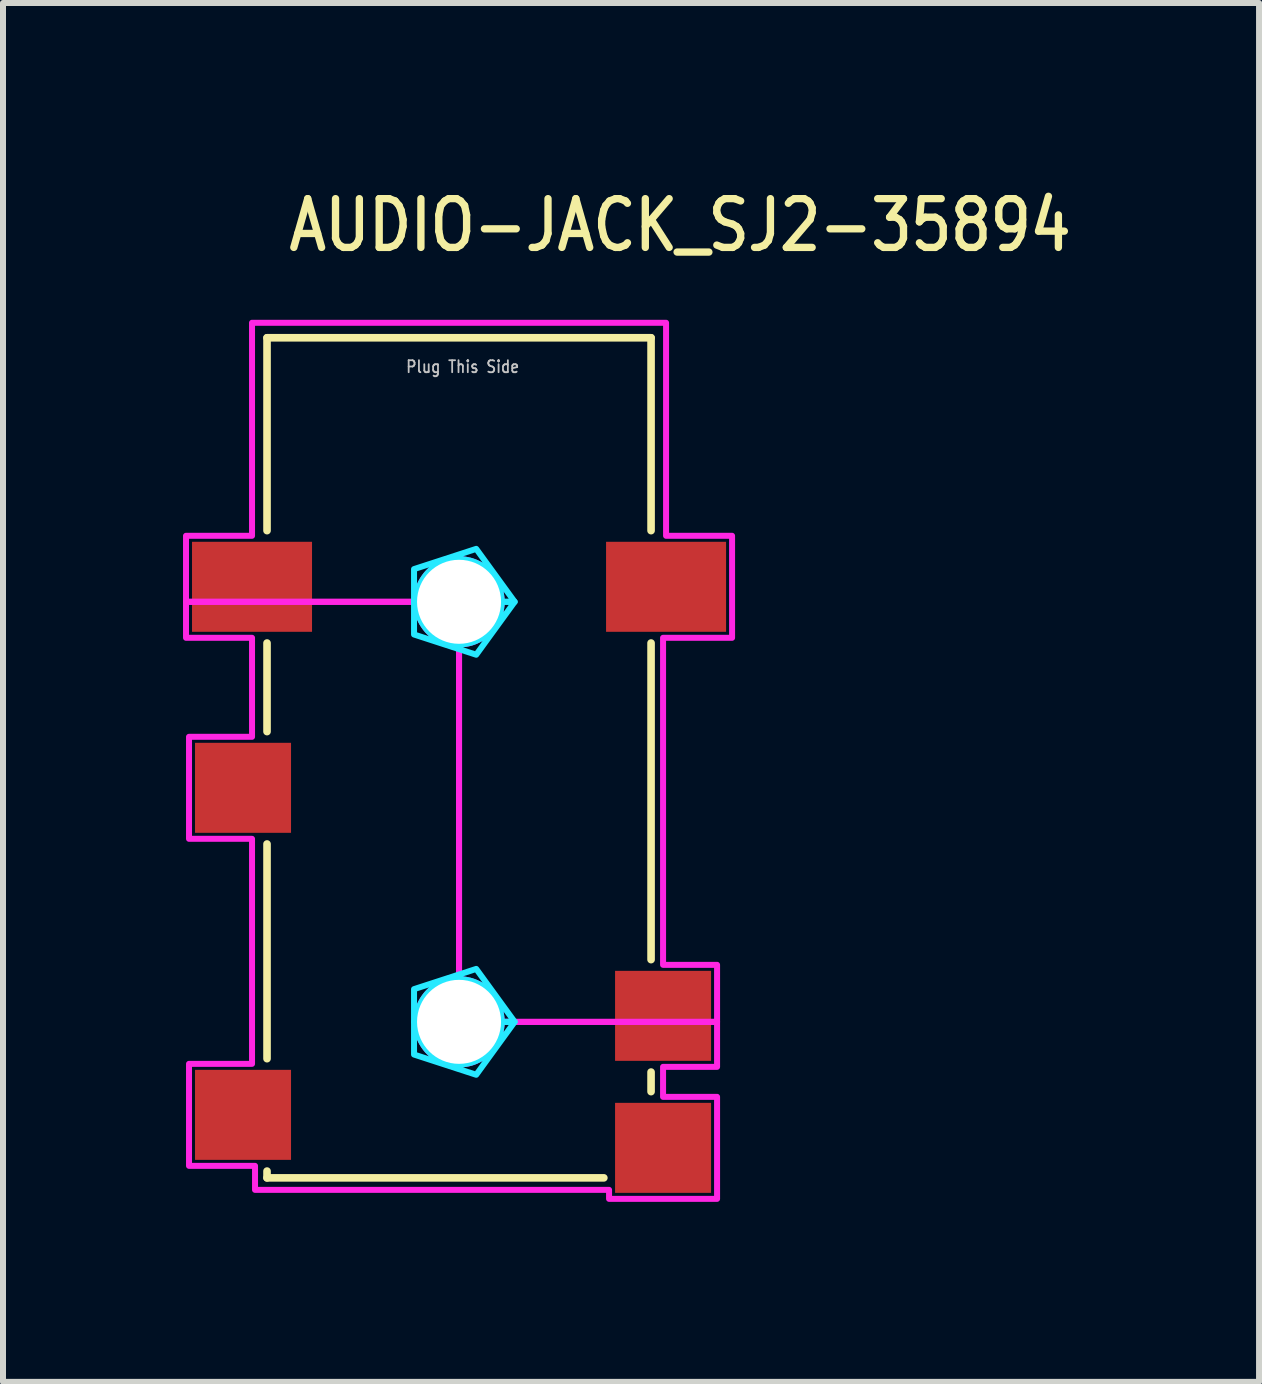
<source format=kicad_pcb>
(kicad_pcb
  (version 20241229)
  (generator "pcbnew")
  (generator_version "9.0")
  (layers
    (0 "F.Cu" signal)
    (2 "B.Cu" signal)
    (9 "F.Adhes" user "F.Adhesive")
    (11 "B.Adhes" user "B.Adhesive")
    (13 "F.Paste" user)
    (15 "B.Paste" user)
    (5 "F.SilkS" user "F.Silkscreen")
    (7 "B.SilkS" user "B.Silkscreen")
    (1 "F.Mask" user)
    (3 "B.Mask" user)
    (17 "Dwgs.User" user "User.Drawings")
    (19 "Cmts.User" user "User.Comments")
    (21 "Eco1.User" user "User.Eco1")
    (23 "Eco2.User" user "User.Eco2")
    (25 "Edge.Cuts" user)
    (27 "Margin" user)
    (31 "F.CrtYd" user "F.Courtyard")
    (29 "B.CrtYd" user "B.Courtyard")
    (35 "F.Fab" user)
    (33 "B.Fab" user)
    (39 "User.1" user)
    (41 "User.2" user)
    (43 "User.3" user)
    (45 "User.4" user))
  (footprint "AUDIO-JACK_SJ2-35894"
    (layer "F.Cu")
    (at 4.6 10.479)
    (property "Reference" "AUDIO-JACK_SJ2-35894" (at -2.9 -9.3 0) (unlocked yes) (layer "F.SilkS") (effects (font (size 0.813 0.695) (thickness 0.122)) (justify left bottom)))
    (fp_line (start -3.2 -7.9) (end 3.2 -7.9) (stroke (width 0.127) (type solid)) (layer "F.SilkS"))
    (fp_line (start -3.2 -4.686) (end -3.2 -7.9) (stroke (width 0.127) (type solid)) (layer "F.SilkS"))
    (fp_line (start -3.2 -1.337) (end -3.2 -2.813) (stroke (width 0.127) (type solid)) (layer "F.SilkS"))
    (fp_line (start -3.2 4.114) (end -3.2 0.536) (stroke (width 0.127) (type solid)) (layer "F.SilkS"))
    (fp_line (start -3.2 6.1) (end -3.2 5.987) (stroke (width 0.127) (type solid)) (layer "F.SilkS"))
    (fp_line (start 2.413 6.1) (end -3.2 6.1) (stroke (width 0.127) (type solid)) (layer "F.SilkS"))
    (fp_line (start 3.2 -7.9) (end 3.2 -4.686) (stroke (width 0.127) (type solid)) (layer "F.SilkS"))
    (fp_line (start 3.2 -2.813) (end 3.2 2.463) (stroke (width 0.127) (type solid)) (layer "F.SilkS"))
    (fp_line (start 3.2 4.337) (end 3.2 4.663) (stroke (width 0.127) (type solid)) (layer "F.SilkS"))
    (fp_poly (pts (xy -0.75 -3.5) (xy -0.75 -4.045) (xy 0.286 -4.382) (xy 0.927 -3.5) (xy 0.71 -3.5) (xy 0.71 -3.5) (xy 0.71 -3.511) (xy 0.71 -3.511) (xy 0.71 -3.522) (xy 0.71 -3.522) (xy 0.709 -3.533) (xy 0.709 -3.534) (xy 0.709 -3.545) (xy 0.709 -3.545) (xy 0.708 -3.556) (xy 0.708 -3.556) (xy 0.707 -3.567) (xy 0.707 -3.567) (xy 0.706 -3.578) (xy 0.706 -3.578) (xy 0.704 -3.589) (xy 0.704 -3.589) (xy 0.703 -3.6) (xy 0.703 -3.6) (xy 0.701 -3.611) (xy 0.701 -3.611) (xy 0.699 -3.622) (xy 0.699 -3.622) (xy 0.697 -3.633) (xy 0.697 -3.633) (xy 0.695 -3.644) (xy 0.695 -3.644) (xy 0.693 -3.655) (xy 0.693 -3.655) (xy 0.69 -3.666) (xy 0.69 -3.666) (xy 0.688 -3.676) (xy 0.688 -3.677) (xy 0.685 -3.687) (xy 0.685 -3.687) (xy 0.682 -3.698) (xy 0.682 -3.698) (xy 0.679 -3.709) (xy 0.679 -3.709) (xy 0.675 -3.719) (xy 0.675 -3.719) (xy 0.672 -3.73) (xy 0.672 -3.73) (xy 0.668 -3.74) (xy 0.668 -3.741) (xy 0.664 -3.751) (xy 0.664 -3.751) (xy 0.66 -3.761) (xy 0.66 -3.761) (xy 0.656 -3.772) (xy 0.656 -3.772) (xy 0.652 -3.782) (xy 0.652 -3.782) (xy 0.647 -3.792) (xy 0.647 -3.792) (xy 0.642 -3.802) (xy 0.642 -3.802) (xy 0.638 -3.812) (xy 0.638 -3.812) (xy 0.633 -3.822) (xy 0.633 -3.822) (xy 0.628 -3.832) (xy 0.627 -3.832) (xy 0.622 -3.842) (xy 0.622 -3.842) (xy 0.617 -3.852) (xy 0.617 -3.852) (xy 0.611 -3.861) (xy 0.611 -3.861) (xy 0.605 -3.871) (xy 0.605 -3.871) (xy 0.6 -3.88) (xy 0.599 -3.881) (xy 0.593 -3.89) (xy 0.593 -3.89) (xy 0.587 -3.899) (xy 0.587 -3.899) (xy 0.581 -3.908) (xy 0.581 -3.908) (xy 0.574 -3.917) (xy 0.574 -3.917) (xy 0.568 -3.926) (xy 0.568 -3.926) (xy 0.561 -3.935) (xy 0.561 -3.935) (xy 0.554 -3.944) (xy 0.554 -3.944) (xy 0.547 -3.953) (xy 0.547 -3.953) (xy 0.54 -3.961) (xy 0.54 -3.961) (xy 0.533 -3.969) (xy 0.533 -3.97) (xy 0.525 -3.978) (xy 0.525 -3.978) (xy 0.518 -3.986) (xy 0.518 -3.986) (xy 0.51 -3.994) (xy 0.51 -3.994) (xy 0.502 -4.002) (xy 0.502 -4.002) (xy 0.494 -4.01) (xy 0.494 -4.01) (xy 0.486 -4.018) (xy 0.486 -4.018) (xy 0.478 -4.025) (xy 0.478 -4.025) (xy 0.47 -4.033) (xy 0.469 -4.033) (xy 0.461 -4.04) (xy 0.461 -4.04) (xy 0.453 -4.047) (xy 0.453 -4.047) (xy 0.444 -4.054) (xy 0.444 -4.054) (xy 0.435 -4.061) (xy 0.435 -4.061) (xy 0.426 -4.068) (xy 0.426 -4.068) (xy 0.417 -4.074) (xy 0.417 -4.074) (xy 0.408 -4.081) (xy 0.408 -4.081) (xy 0.399 -4.087) (xy 0.399 -4.087) (xy 0.39 -4.093) (xy 0.39 -4.093) (xy 0.381 -4.099) (xy 0.38 -4.1) (xy 0.371 -4.105) (xy 0.371 -4.105) (xy 0.361 -4.111) (xy 0.361 -4.111) (xy 0.352 -4.117) (xy 0.352 -4.117) (xy 0.342 -4.122) (xy 0.342 -4.122) (xy 0.332 -4.127) (xy 0.332 -4.128) (xy 0.322 -4.133) (xy 0.322 -4.133) (xy 0.312 -4.138) (xy 0.312 -4.138) (xy 0.302 -4.142) (xy 0.302 -4.142) (xy 0.292 -4.147) (xy 0.292 -4.147) (xy 0.282 -4.152) (xy 0.282 -4.152) (xy 0.272 -4.156) (xy 0.272 -4.156) (xy 0.261 -4.16) (xy 0.261 -4.16) (xy 0.251 -4.164) (xy 0.251 -4.164) (xy 0.241 -4.168) (xy 0.24 -4.168) (xy 0.23 -4.172) (xy 0.23 -4.172) (xy 0.219 -4.175) (xy 0.219 -4.175) (xy 0.209 -4.179) (xy 0.209 -4.179) (xy 0.198 -4.182) (xy 0.198 -4.182) (xy 0.187 -4.185) (xy 0.187 -4.185) (xy 0.177 -4.188) (xy 0.176 -4.188) (xy 0.166 -4.19) (xy 0.166 -4.19) (xy 0.155 -4.193) (xy 0.155 -4.193) (xy 0.144 -4.195) (xy 0.144 -4.195) (xy 0.133 -4.197) (xy 0.133 -4.197) (xy 0.122 -4.199) (xy 0.122 -4.199) (xy 0.111 -4.201) (xy 0.111 -4.201) (xy 0.1 -4.203) (xy 0.1 -4.203) (xy 0.089 -4.204) (xy 0.089 -4.204) (xy 0.078 -4.206) (xy 0.078 -4.206) (xy 0.067 -4.207) (xy 0.067 -4.207) (xy 0.056 -4.208) (xy 0.056 -4.208) (xy 0.045 -4.209) (xy 0.045 -4.209) (xy 0.034 -4.209) (xy 0.033 -4.209) (xy 0.022 -4.21) (xy 0.022 -4.21) (xy 0.011 -4.21) (xy 0.011 -4.21) (xy 0.000078 -4.21) (xy -0.000078 -4.21) (xy -0.011 -4.21) (xy -0.011 -4.21) (xy -0.022 -4.21) (xy -0.022 -4.21) (xy -0.033 -4.209) (xy -0.034 -4.209) (xy -0.045 -4.209) (xy -0.045 -4.209) (xy -0.056 -4.208) (xy -0.056 -4.208) (xy -0.067 -4.207) (xy -0.067 -4.207) (xy -0.078 -4.206) (xy -0.078 -4.206) (xy -0.089 -4.204) (xy -0.089 -4.204) (xy -0.1 -4.203) (xy -0.1 -4.203) (xy -0.111 -4.201) (xy -0.111 -4.201) (xy -0.122 -4.199) (xy -0.122 -4.199) (xy -0.133 -4.197) (xy -0.133 -4.197) (xy -0.144 -4.195) (xy -0.144 -4.195) (xy -0.155 -4.193) (xy -0.155 -4.193) (xy -0.166 -4.19) (xy -0.166 -4.19) (xy -0.176 -4.188) (xy -0.177 -4.188) (xy -0.187 -4.185) (xy -0.187 -4.185) (xy -0.198 -4.182) (xy -0.198 -4.182) (xy -0.209 -4.179) (xy -0.209 -4.179) (xy -0.219 -4.175) (xy -0.219 -4.175) (xy -0.23 -4.172) (xy -0.23 -4.172) (xy -0.24 -4.168) (xy -0.241 -4.168) (xy -0.251 -4.164) (xy -0.251 -4.164) (xy -0.261 -4.16) (xy -0.261 -4.16) (xy -0.272 -4.156) (xy -0.272 -4.156) (xy -0.282 -4.152) (xy -0.282 -4.152) (xy -0.292 -4.147) (xy -0.292 -4.147) (xy -0.302 -4.142) (xy -0.302 -4.142) (xy -0.312 -4.138) (xy -0.312 -4.138) (xy -0.322 -4.133) (xy -0.322 -4.133) (xy -0.332 -4.128) (xy -0.332 -4.127) (xy -0.342 -4.122) (xy -0.342 -4.122) (xy -0.352 -4.117) (xy -0.352 -4.117) (xy -0.361 -4.111) (xy -0.361 -4.111) (xy -0.371 -4.105) (xy -0.371 -4.105) (xy -0.38 -4.1) (xy -0.381 -4.099) (xy -0.39 -4.093) (xy -0.39 -4.093) (xy -0.399 -4.087) (xy -0.399 -4.087) (xy -0.408 -4.081) (xy -0.408 -4.081) (xy -0.417 -4.074) (xy -0.417 -4.074) (xy -0.426 -4.068) (xy -0.426 -4.068) (xy -0.435 -4.061) (xy -0.435 -4.061) (xy -0.444 -4.054) (xy -0.444 -4.054) (xy -0.453 -4.047) (xy -0.453 -4.047) (xy -0.461 -4.04) (xy -0.461 -4.04) (xy -0.469 -4.033) (xy -0.47 -4.033) (xy -0.478 -4.025) (xy -0.478 -4.025) (xy -0.486 -4.018) (xy -0.486 -4.018) (xy -0.494 -4.01) (xy -0.494 -4.01) (xy -0.502 -4.002) (xy -0.502 -4.002) (xy -0.51 -3.994) (xy -0.51 -3.994) (xy -0.518 -3.986) (xy -0.518 -3.986) (xy -0.525 -3.978) (xy -0.525 -3.978) (xy -0.533 -3.97) (xy -0.533 -3.969) (xy -0.54 -3.961) (xy -0.54 -3.961) (xy -0.547 -3.953) (xy -0.547 -3.953) (xy -0.554 -3.944) (xy -0.554 -3.944) (xy -0.561 -3.935) (xy -0.561 -3.935) (xy -0.568 -3.926) (xy -0.568 -3.926) (xy -0.574 -3.917) (xy -0.574 -3.917) (xy -0.581 -3.908) (xy -0.581 -3.908) (xy -0.587 -3.899) (xy -0.587 -3.899) (xy -0.593 -3.89) (xy -0.593 -3.89) (xy -0.599 -3.881) (xy -0.6 -3.88) (xy -0.605 -3.871) (xy -0.605 -3.871) (xy -0.611 -3.861) (xy -0.611 -3.861) (xy -0.617 -3.852) (xy -0.617 -3.852) (xy -0.622 -3.842) (xy -0.622 -3.842) (xy -0.627 -3.832) (xy -0.628 -3.832) (xy -0.633 -3.822) (xy -0.633 -3.822) (xy -0.638 -3.812) (xy -0.638 -3.812) (xy -0.642 -3.802) (xy -0.642 -3.802) (xy -0.647 -3.792) (xy -0.647 -3.792) (xy -0.652 -3.782) (xy -0.652 -3.782) (xy -0.656 -3.772) (xy -0.656 -3.772) (xy -0.66 -3.761) (xy -0.66 -3.761) (xy -0.664 -3.751) (xy -0.664 -3.751) (xy -0.668 -3.741) (xy -0.668 -3.74) (xy -0.672 -3.73) (xy -0.672 -3.73) (xy -0.675 -3.719) (xy -0.675 -3.719) (xy -0.679 -3.709) (xy -0.679 -3.709) (xy -0.682 -3.698) (xy -0.682 -3.698) (xy -0.685 -3.687) (xy -0.685 -3.687) (xy -0.688 -3.677) (xy -0.688 -3.676) (xy -0.69 -3.666) (xy -0.69 -3.666) (xy -0.693 -3.655) (xy -0.693 -3.655) (xy -0.695 -3.644) (xy -0.695 -3.644) (xy -0.697 -3.633) (xy -0.697 -3.633) (xy -0.699 -3.622) (xy -0.699 -3.622) (xy -0.701 -3.611) (xy -0.701 -3.611) (xy -0.703 -3.6) (xy -0.703 -3.6) (xy -0.704 -3.589) (xy -0.704 -3.589) (xy -0.706 -3.578) (xy -0.706 -3.578) (xy -0.707 -3.567) (xy -0.707 -3.567) (xy -0.708 -3.556) (xy -0.708 -3.556) (xy -0.709 -3.545) (xy -0.709 -3.545) (xy -0.709 -3.534) (xy -0.709 -3.533) (xy -0.71 -3.522) (xy -0.71 -3.522) (xy -0.71 -3.511) (xy -0.71 -3.511) (xy -0.71 -3.5) (xy -0.71 -3.5)) (stroke (width 0.1) (type solid)) (fill no) (layer "B.CrtYd"))
    (fp_poly (pts (xy -0.75 3.5) (xy -0.75 2.955) (xy 0.286 2.618) (xy 0.927 3.5) (xy 0.71 3.5) (xy 0.71 3.5) (xy 0.71 3.489) (xy 0.71 3.489) (xy 0.71 3.478) (xy 0.71 3.478) (xy 0.709 3.467) (xy 0.709 3.466) (xy 0.709 3.455) (xy 0.709 3.455) (xy 0.708 3.444) (xy 0.708 3.444) (xy 0.707 3.433) (xy 0.707 3.433) (xy 0.706 3.422) (xy 0.706 3.422) (xy 0.704 3.411) (xy 0.704 3.411) (xy 0.703 3.4) (xy 0.703 3.4) (xy 0.701 3.389) (xy 0.701 3.389) (xy 0.699 3.378) (xy 0.699 3.378) (xy 0.697 3.367) (xy 0.697 3.367) (xy 0.695 3.356) (xy 0.695 3.356) (xy 0.693 3.345) (xy 0.693 3.345) (xy 0.69 3.334) (xy 0.69 3.334) (xy 0.688 3.324) (xy 0.688 3.323) (xy 0.685 3.313) (xy 0.685 3.313) (xy 0.682 3.302) (xy 0.682 3.302) (xy 0.679 3.291) (xy 0.679 3.291) (xy 0.675 3.281) (xy 0.675 3.281) (xy 0.672 3.27) (xy 0.672 3.27) (xy 0.668 3.26) (xy 0.668 3.259) (xy 0.664 3.249) (xy 0.664 3.249) (xy 0.66 3.239) (xy 0.66 3.239) (xy 0.656 3.228) (xy 0.656 3.228) (xy 0.652 3.218) (xy 0.652 3.218) (xy 0.647 3.208) (xy 0.647 3.208) (xy 0.642 3.198) (xy 0.642 3.198) (xy 0.638 3.188) (xy 0.638 3.188) (xy 0.633 3.178) (xy 0.633 3.178) (xy 0.628 3.168) (xy 0.627 3.168) (xy 0.622 3.158) (xy 0.622 3.158) (xy 0.617 3.148) (xy 0.617 3.148) (xy 0.611 3.139) (xy 0.611 3.139) (xy 0.605 3.129) (xy 0.605 3.129) (xy 0.6 3.12) (xy 0.599 3.119) (xy 0.593 3.11) (xy 0.593 3.11) (xy 0.587 3.101) (xy 0.587 3.101) (xy 0.581 3.092) (xy 0.581 3.092) (xy 0.574 3.083) (xy 0.574 3.083) (xy 0.568 3.074) (xy 0.568 3.074) (xy 0.561 3.065) (xy 0.561 3.065) (xy 0.554 3.056) (xy 0.554 3.056) (xy 0.547 3.047) (xy 0.547 3.047) (xy 0.54 3.039) (xy 0.54 3.039) (xy 0.533 3.031) (xy 0.533 3.03) (xy 0.525 3.022) (xy 0.525 3.022) (xy 0.518 3.014) (xy 0.518 3.014) (xy 0.51 3.006) (xy 0.51 3.006) (xy 0.502 2.998) (xy 0.502 2.998) (xy 0.494 2.99) (xy 0.494 2.99) (xy 0.486 2.982) (xy 0.486 2.982) (xy 0.478 2.975) (xy 0.478 2.975) (xy 0.47 2.967) (xy 0.469 2.967) (xy 0.461 2.96) (xy 0.461 2.96) (xy 0.453 2.953) (xy 0.453 2.953) (xy 0.444 2.946) (xy 0.444 2.946) (xy 0.435 2.939) (xy 0.435 2.939) (xy 0.426 2.932) (xy 0.426 2.932) (xy 0.417 2.926) (xy 0.417 2.926) (xy 0.408 2.919) (xy 0.408 2.919) (xy 0.399 2.913) (xy 0.399 2.913) (xy 0.39 2.907) (xy 0.39 2.907) (xy 0.381 2.901) (xy 0.38 2.9) (xy 0.371 2.895) (xy 0.371 2.895) (xy 0.361 2.889) (xy 0.361 2.889) (xy 0.352 2.883) (xy 0.352 2.883) (xy 0.342 2.878) (xy 0.342 2.878) (xy 0.332 2.873) (xy 0.332 2.872) (xy 0.322 2.867) (xy 0.322 2.867) (xy 0.312 2.862) (xy 0.312 2.862) (xy 0.302 2.858) (xy 0.302 2.858) (xy 0.292 2.853) (xy 0.292 2.853) (xy 0.282 2.848) (xy 0.282 2.848) (xy 0.272 2.844) (xy 0.272 2.844) (xy 0.261 2.84) (xy 0.261 2.84) (xy 0.251 2.836) (xy 0.251 2.836) (xy 0.241 2.832) (xy 0.24 2.832) (xy 0.23 2.828) (xy 0.23 2.828) (xy 0.219 2.825) (xy 0.219 2.825) (xy 0.209 2.821) (xy 0.209 2.821) (xy 0.198 2.818) (xy 0.198 2.818) (xy 0.187 2.815) (xy 0.187 2.815) (xy 0.177 2.812) (xy 0.176 2.812) (xy 0.166 2.81) (xy 0.166 2.81) (xy 0.155 2.807) (xy 0.155 2.807) (xy 0.144 2.805) (xy 0.144 2.805) (xy 0.133 2.803) (xy 0.133 2.803) (xy 0.122 2.801) (xy 0.122 2.801) (xy 0.111 2.799) (xy 0.111 2.799) (xy 0.1 2.797) (xy 0.1 2.797) (xy 0.089 2.796) (xy 0.089 2.796) (xy 0.078 2.794) (xy 0.078 2.794) (xy 0.067 2.793) (xy 0.067 2.793) (xy 0.056 2.792) (xy 0.056 2.792) (xy 0.045 2.791) (xy 0.045 2.791) (xy 0.034 2.791) (xy 0.033 2.791) (xy 0.022 2.79) (xy 0.022 2.79) (xy 0.011 2.79) (xy 0.011 2.79) (xy 0.000078 2.79) (xy -0.000078 2.79) (xy -0.011 2.79) (xy -0.011 2.79) (xy -0.022 2.79) (xy -0.022 2.79) (xy -0.033 2.791) (xy -0.034 2.791) (xy -0.045 2.791) (xy -0.045 2.791) (xy -0.056 2.792) (xy -0.056 2.792) (xy -0.067 2.793) (xy -0.067 2.793) (xy -0.078 2.794) (xy -0.078 2.794) (xy -0.089 2.796) (xy -0.089 2.796) (xy -0.1 2.797) (xy -0.1 2.797) (xy -0.111 2.799) (xy -0.111 2.799) (xy -0.122 2.801) (xy -0.122 2.801) (xy -0.133 2.803) (xy -0.133 2.803) (xy -0.144 2.805) (xy -0.144 2.805) (xy -0.155 2.807) (xy -0.155 2.807) (xy -0.166 2.81) (xy -0.166 2.81) (xy -0.176 2.812) (xy -0.177 2.812) (xy -0.187 2.815) (xy -0.187 2.815) (xy -0.198 2.818) (xy -0.198 2.818) (xy -0.209 2.821) (xy -0.209 2.821) (xy -0.219 2.825) (xy -0.219 2.825) (xy -0.23 2.828) (xy -0.23 2.828) (xy -0.24 2.832) (xy -0.241 2.832) (xy -0.251 2.836) (xy -0.251 2.836) (xy -0.261 2.84) (xy -0.261 2.84) (xy -0.272 2.844) (xy -0.272 2.844) (xy -0.282 2.848) (xy -0.282 2.848) (xy -0.292 2.853) (xy -0.292 2.853) (xy -0.302 2.858) (xy -0.302 2.858) (xy -0.312 2.862) (xy -0.312 2.862) (xy -0.322 2.867) (xy -0.322 2.867) (xy -0.332 2.872) (xy -0.332 2.873) (xy -0.342 2.878) (xy -0.342 2.878) (xy -0.352 2.883) (xy -0.352 2.883) (xy -0.361 2.889) (xy -0.361 2.889) (xy -0.371 2.895) (xy -0.371 2.895) (xy -0.38 2.9) (xy -0.381 2.901) (xy -0.39 2.907) (xy -0.39 2.907) (xy -0.399 2.913) (xy -0.399 2.913) (xy -0.408 2.919) (xy -0.408 2.919) (xy -0.417 2.926) (xy -0.417 2.926) (xy -0.426 2.932) (xy -0.426 2.932) (xy -0.435 2.939) (xy -0.435 2.939) (xy -0.444 2.946) (xy -0.444 2.946) (xy -0.453 2.953) (xy -0.453 2.953) (xy -0.461 2.96) (xy -0.461 2.96) (xy -0.469 2.967) (xy -0.47 2.967) (xy -0.478 2.975) (xy -0.478 2.975) (xy -0.486 2.982) (xy -0.486 2.982) (xy -0.494 2.99) (xy -0.494 2.99) (xy -0.502 2.998) (xy -0.502 2.998) (xy -0.51 3.006) (xy -0.51 3.006) (xy -0.518 3.014) (xy -0.518 3.014) (xy -0.525 3.022) (xy -0.525 3.022) (xy -0.533 3.03) (xy -0.533 3.031) (xy -0.54 3.039) (xy -0.54 3.039) (xy -0.547 3.047) (xy -0.547 3.047) (xy -0.554 3.056) (xy -0.554 3.056) (xy -0.561 3.065) (xy -0.561 3.065) (xy -0.568 3.074) (xy -0.568 3.074) (xy -0.574 3.083) (xy -0.574 3.083) (xy -0.581 3.092) (xy -0.581 3.092) (xy -0.587 3.101) (xy -0.587 3.101) (xy -0.593 3.11) (xy -0.593 3.11) (xy -0.599 3.119) (xy -0.6 3.12) (xy -0.605 3.129) (xy -0.605 3.129) (xy -0.611 3.139) (xy -0.611 3.139) (xy -0.617 3.148) (xy -0.617 3.148) (xy -0.622 3.158) (xy -0.622 3.158) (xy -0.627 3.168) (xy -0.628 3.168) (xy -0.633 3.178) (xy -0.633 3.178) (xy -0.638 3.188) (xy -0.638 3.188) (xy -0.642 3.198) (xy -0.642 3.198) (xy -0.647 3.208) (xy -0.647 3.208) (xy -0.652 3.218) (xy -0.652 3.218) (xy -0.656 3.228) (xy -0.656 3.228) (xy -0.66 3.239) (xy -0.66 3.239) (xy -0.664 3.249) (xy -0.664 3.249) (xy -0.668 3.259) (xy -0.668 3.26) (xy -0.672 3.27) (xy -0.672 3.27) (xy -0.675 3.281) (xy -0.675 3.281) (xy -0.679 3.291) (xy -0.679 3.291) (xy -0.682 3.302) (xy -0.682 3.302) (xy -0.685 3.313) (xy -0.685 3.313) (xy -0.688 3.323) (xy -0.688 3.324) (xy -0.69 3.334) (xy -0.69 3.334) (xy -0.693 3.345) (xy -0.693 3.345) (xy -0.695 3.356) (xy -0.695 3.356) (xy -0.697 3.367) (xy -0.697 3.367) (xy -0.699 3.378) (xy -0.699 3.378) (xy -0.701 3.389) (xy -0.701 3.389) (xy -0.703 3.4) (xy -0.703 3.4) (xy -0.704 3.411) (xy -0.704 3.411) (xy -0.706 3.422) (xy -0.706 3.422) (xy -0.707 3.433) (xy -0.707 3.433) (xy -0.708 3.444) (xy -0.708 3.444) (xy -0.709 3.455) (xy -0.709 3.455) (xy -0.709 3.466) (xy -0.709 3.467) (xy -0.71 3.478) (xy -0.71 3.478) (xy -0.71 3.489) (xy -0.71 3.489) (xy -0.71 3.5) (xy -0.71 3.5)) (stroke (width 0.1) (type solid)) (fill no) (layer "B.CrtYd"))
    (fp_poly (pts (xy 0.286 -2.618) (xy -0.75 -2.955) (xy -0.75 -3.5) (xy -0.71 -3.5) (xy -0.71 -3.5) (xy -0.71 -3.489) (xy -0.71 -3.489) (xy -0.71 -3.478) (xy -0.71 -3.478) (xy -0.709 -3.467) (xy -0.709 -3.466) (xy -0.709 -3.455) (xy -0.709 -3.455) (xy -0.708 -3.444) (xy -0.708 -3.444) (xy -0.707 -3.433) (xy -0.707 -3.433) (xy -0.706 -3.422) (xy -0.706 -3.422) (xy -0.704 -3.411) (xy -0.704 -3.411) (xy -0.703 -3.4) (xy -0.703 -3.4) (xy -0.701 -3.389) (xy -0.701 -3.389) (xy -0.699 -3.378) (xy -0.699 -3.378) (xy -0.697 -3.367) (xy -0.697 -3.367) (xy -0.695 -3.356) (xy -0.695 -3.356) (xy -0.693 -3.345) (xy -0.693 -3.345) (xy -0.69 -3.334) (xy -0.69 -3.334) (xy -0.688 -3.324) (xy -0.688 -3.323) (xy -0.685 -3.313) (xy -0.685 -3.313) (xy -0.682 -3.302) (xy -0.682 -3.302) (xy -0.679 -3.291) (xy -0.679 -3.291) (xy -0.675 -3.281) (xy -0.675 -3.281) (xy -0.672 -3.27) (xy -0.672 -3.27) (xy -0.668 -3.26) (xy -0.668 -3.259) (xy -0.664 -3.249) (xy -0.664 -3.249) (xy -0.66 -3.239) (xy -0.66 -3.239) (xy -0.656 -3.228) (xy -0.656 -3.228) (xy -0.652 -3.218) (xy -0.652 -3.218) (xy -0.647 -3.208) (xy -0.647 -3.208) (xy -0.642 -3.198) (xy -0.642 -3.198) (xy -0.638 -3.188) (xy -0.638 -3.188) (xy -0.633 -3.178) (xy -0.633 -3.178) (xy -0.628 -3.168) (xy -0.627 -3.168) (xy -0.622 -3.158) (xy -0.622 -3.158) (xy -0.617 -3.148) (xy -0.617 -3.148) (xy -0.611 -3.139) (xy -0.611 -3.139) (xy -0.605 -3.129) (xy -0.605 -3.129) (xy -0.6 -3.12) (xy -0.599 -3.119) (xy -0.593 -3.11) (xy -0.593 -3.11) (xy -0.587 -3.101) (xy -0.587 -3.101) (xy -0.581 -3.092) (xy -0.581 -3.092) (xy -0.574 -3.083) (xy -0.574 -3.083) (xy -0.568 -3.074) (xy -0.568 -3.074) (xy -0.561 -3.065) (xy -0.561 -3.065) (xy -0.554 -3.056) (xy -0.554 -3.056) (xy -0.547 -3.047) (xy -0.547 -3.047) (xy -0.54 -3.039) (xy -0.54 -3.039) (xy -0.533 -3.031) (xy -0.533 -3.03) (xy -0.525 -3.022) (xy -0.525 -3.022) (xy -0.518 -3.014) (xy -0.518 -3.014) (xy -0.51 -3.006) (xy -0.51 -3.006) (xy -0.502 -2.998) (xy -0.502 -2.998) (xy -0.494 -2.99) (xy -0.494 -2.99) (xy -0.486 -2.982) (xy -0.486 -2.982) (xy -0.478 -2.975) (xy -0.478 -2.975) (xy -0.47 -2.967) (xy -0.469 -2.967) (xy -0.461 -2.96) (xy -0.461 -2.96) (xy -0.453 -2.953) (xy -0.453 -2.953) (xy -0.444 -2.946) (xy -0.444 -2.946) (xy -0.435 -2.939) (xy -0.435 -2.939) (xy -0.426 -2.932) (xy -0.426 -2.932) (xy -0.417 -2.926) (xy -0.417 -2.926) (xy -0.408 -2.919) (xy -0.408 -2.919) (xy -0.399 -2.913) (xy -0.399 -2.913) (xy -0.39 -2.907) (xy -0.39 -2.907) (xy -0.381 -2.901) (xy -0.38 -2.9) (xy -0.371 -2.895) (xy -0.371 -2.895) (xy -0.361 -2.889) (xy -0.361 -2.889) (xy -0.352 -2.883) (xy -0.352 -2.883) (xy -0.342 -2.878) (xy -0.342 -2.878) (xy -0.332 -2.873) (xy -0.332 -2.872) (xy -0.322 -2.867) (xy -0.322 -2.867) (xy -0.312 -2.862) (xy -0.312 -2.862) (xy -0.302 -2.858) (xy -0.302 -2.858) (xy -0.292 -2.853) (xy -0.292 -2.853) (xy -0.282 -2.848) (xy -0.282 -2.848) (xy -0.272 -2.844) (xy -0.272 -2.844) (xy -0.261 -2.84) (xy -0.261 -2.84) (xy -0.251 -2.836) (xy -0.251 -2.836) (xy -0.241 -2.832) (xy -0.24 -2.832) (xy -0.23 -2.828) (xy -0.23 -2.828) (xy -0.219 -2.825) (xy -0.219 -2.825) (xy -0.209 -2.821) (xy -0.209 -2.821) (xy -0.198 -2.818) (xy -0.198 -2.818) (xy -0.187 -2.815) (xy -0.187 -2.815) (xy -0.177 -2.812) (xy -0.176 -2.812) (xy -0.166 -2.81) (xy -0.166 -2.81) (xy -0.155 -2.807) (xy -0.155 -2.807) (xy -0.144 -2.805) (xy -0.144 -2.805) (xy -0.133 -2.803) (xy -0.133 -2.803) (xy -0.122 -2.801) (xy -0.122 -2.801) (xy -0.111 -2.799) (xy -0.111 -2.799) (xy -0.1 -2.797) (xy -0.1 -2.797) (xy -0.089 -2.796) (xy -0.089 -2.796) (xy -0.078 -2.794) (xy -0.078 -2.794) (xy -0.067 -2.793) (xy -0.067 -2.793) (xy -0.056 -2.792) (xy -0.056 -2.792) (xy -0.045 -2.791) (xy -0.045 -2.791) (xy -0.034 -2.791) (xy -0.033 -2.791) (xy -0.022 -2.79) (xy -0.022 -2.79) (xy -0.011 -2.79) (xy -0.011 -2.79) (xy -0.000078 -2.79) (xy 0.000078 -2.79) (xy 0.011 -2.79) (xy 0.011 -2.79) (xy 0.022 -2.79) (xy 0.022 -2.79) (xy 0.033 -2.791) (xy 0.034 -2.791) (xy 0.045 -2.791) (xy 0.045 -2.791) (xy 0.056 -2.792) (xy 0.056 -2.792) (xy 0.067 -2.793) (xy 0.067 -2.793) (xy 0.078 -2.794) (xy 0.078 -2.794) (xy 0.089 -2.796) (xy 0.089 -2.796) (xy 0.1 -2.797) (xy 0.1 -2.797) (xy 0.111 -2.799) (xy 0.111 -2.799) (xy 0.122 -2.801) (xy 0.122 -2.801) (xy 0.133 -2.803) (xy 0.133 -2.803) (xy 0.144 -2.805) (xy 0.144 -2.805) (xy 0.155 -2.807) (xy 0.155 -2.807) (xy 0.166 -2.81) (xy 0.166 -2.81) (xy 0.176 -2.812) (xy 0.177 -2.812) (xy 0.187 -2.815) (xy 0.187 -2.815) (xy 0.198 -2.818) (xy 0.198 -2.818) (xy 0.209 -2.821) (xy 0.209 -2.821) (xy 0.219 -2.825) (xy 0.219 -2.825) (xy 0.23 -2.828) (xy 0.23 -2.828) (xy 0.24 -2.832) (xy 0.241 -2.832) (xy 0.251 -2.836) (xy 0.251 -2.836) (xy 0.261 -2.84) (xy 0.261 -2.84) (xy 0.272 -2.844) (xy 0.272 -2.844) (xy 0.282 -2.848) (xy 0.282 -2.848) (xy 0.292 -2.853) (xy 0.292 -2.853) (xy 0.302 -2.858) (xy 0.302 -2.858) (xy 0.312 -2.862) (xy 0.312 -2.862) (xy 0.322 -2.867) (xy 0.322 -2.867) (xy 0.332 -2.872) (xy 0.332 -2.873) (xy 0.342 -2.878) (xy 0.342 -2.878) (xy 0.352 -2.883) (xy 0.352 -2.883) (xy 0.361 -2.889) (xy 0.361 -2.889) (xy 0.371 -2.895) (xy 0.371 -2.895) (xy 0.38 -2.9) (xy 0.381 -2.901) (xy 0.39 -2.907) (xy 0.39 -2.907) (xy 0.399 -2.913) (xy 0.399 -2.913) (xy 0.408 -2.919) (xy 0.408 -2.919) (xy 0.417 -2.926) (xy 0.417 -2.926) (xy 0.426 -2.932) (xy 0.426 -2.932) (xy 0.435 -2.939) (xy 0.435 -2.939) (xy 0.444 -2.946) (xy 0.444 -2.946) (xy 0.453 -2.953) (xy 0.453 -2.953) (xy 0.461 -2.96) (xy 0.461 -2.96) (xy 0.469 -2.967) (xy 0.47 -2.967) (xy 0.478 -2.975) (xy 0.478 -2.975) (xy 0.486 -2.982) (xy 0.486 -2.982) (xy 0.494 -2.99) (xy 0.494 -2.99) (xy 0.502 -2.998) (xy 0.502 -2.998) (xy 0.51 -3.006) (xy 0.51 -3.006) (xy 0.518 -3.014) (xy 0.518 -3.014) (xy 0.525 -3.022) (xy 0.525 -3.022) (xy 0.533 -3.03) (xy 0.533 -3.031) (xy 0.54 -3.039) (xy 0.54 -3.039) (xy 0.547 -3.047) (xy 0.547 -3.047) (xy 0.554 -3.056) (xy 0.554 -3.056) (xy 0.561 -3.065) (xy 0.561 -3.065) (xy 0.568 -3.074) (xy 0.568 -3.074) (xy 0.574 -3.083) (xy 0.574 -3.083) (xy 0.581 -3.092) (xy 0.581 -3.092) (xy 0.587 -3.101) (xy 0.587 -3.101) (xy 0.593 -3.11) (xy 0.593 -3.11) (xy 0.599 -3.119) (xy 0.6 -3.12) (xy 0.605 -3.129) (xy 0.605 -3.129) (xy 0.611 -3.139) (xy 0.611 -3.139) (xy 0.617 -3.148) (xy 0.617 -3.148) (xy 0.622 -3.158) (xy 0.622 -3.158) (xy 0.627 -3.168) (xy 0.628 -3.168) (xy 0.633 -3.178) (xy 0.633 -3.178) (xy 0.638 -3.188) (xy 0.638 -3.188) (xy 0.642 -3.198) (xy 0.642 -3.198) (xy 0.647 -3.208) (xy 0.647 -3.208) (xy 0.652 -3.218) (xy 0.652 -3.218) (xy 0.656 -3.228) (xy 0.656 -3.228) (xy 0.66 -3.239) (xy 0.66 -3.239) (xy 0.664 -3.249) (xy 0.664 -3.249) (xy 0.668 -3.259) (xy 0.668 -3.26) (xy 0.672 -3.27) (xy 0.672 -3.27) (xy 0.675 -3.281) (xy 0.675 -3.281) (xy 0.679 -3.291) (xy 0.679 -3.291) (xy 0.682 -3.302) (xy 0.682 -3.302) (xy 0.685 -3.313) (xy 0.685 -3.313) (xy 0.688 -3.323) (xy 0.688 -3.324) (xy 0.69 -3.334) (xy 0.69 -3.334) (xy 0.693 -3.345) (xy 0.693 -3.345) (xy 0.695 -3.356) (xy 0.695 -3.356) (xy 0.697 -3.367) (xy 0.697 -3.367) (xy 0.699 -3.378) (xy 0.699 -3.378) (xy 0.701 -3.389) (xy 0.701 -3.389) (xy 0.703 -3.4) (xy 0.703 -3.4) (xy 0.704 -3.411) (xy 0.704 -3.411) (xy 0.706 -3.422) (xy 0.706 -3.422) (xy 0.707 -3.433) (xy 0.707 -3.433) (xy 0.708 -3.444) (xy 0.708 -3.444) (xy 0.709 -3.455) (xy 0.709 -3.455) (xy 0.709 -3.466) (xy 0.709 -3.467) (xy 0.71 -3.478) (xy 0.71 -3.478) (xy 0.71 -3.489) (xy 0.71 -3.489) (xy 0.71 -3.5) (xy 0.71 -3.5) (xy 0.927 -3.5)) (stroke (width 0.1) (type solid)) (fill no) (layer "B.CrtYd"))
    (fp_poly (pts (xy 0.286 4.382) (xy -0.75 4.045) (xy -0.75 3.5) (xy -0.71 3.5) (xy -0.71 3.5) (xy -0.71 3.511) (xy -0.71 3.511) (xy -0.71 3.522) (xy -0.71 3.522) (xy -0.709 3.533) (xy -0.709 3.534) (xy -0.709 3.545) (xy -0.709 3.545) (xy -0.708 3.556) (xy -0.708 3.556) (xy -0.707 3.567) (xy -0.707 3.567) (xy -0.706 3.578) (xy -0.706 3.578) (xy -0.704 3.589) (xy -0.704 3.589) (xy -0.703 3.6) (xy -0.703 3.6) (xy -0.701 3.611) (xy -0.701 3.611) (xy -0.699 3.622) (xy -0.699 3.622) (xy -0.697 3.633) (xy -0.697 3.633) (xy -0.695 3.644) (xy -0.695 3.644) (xy -0.693 3.655) (xy -0.693 3.655) (xy -0.69 3.666) (xy -0.69 3.666) (xy -0.688 3.676) (xy -0.688 3.677) (xy -0.685 3.687) (xy -0.685 3.687) (xy -0.682 3.698) (xy -0.682 3.698) (xy -0.679 3.709) (xy -0.679 3.709) (xy -0.675 3.719) (xy -0.675 3.719) (xy -0.672 3.73) (xy -0.672 3.73) (xy -0.668 3.74) (xy -0.668 3.741) (xy -0.664 3.751) (xy -0.664 3.751) (xy -0.66 3.761) (xy -0.66 3.761) (xy -0.656 3.772) (xy -0.656 3.772) (xy -0.652 3.782) (xy -0.652 3.782) (xy -0.647 3.792) (xy -0.647 3.792) (xy -0.642 3.802) (xy -0.642 3.802) (xy -0.638 3.812) (xy -0.638 3.812) (xy -0.633 3.822) (xy -0.633 3.822) (xy -0.628 3.832) (xy -0.627 3.832) (xy -0.622 3.842) (xy -0.622 3.842) (xy -0.617 3.852) (xy -0.617 3.852) (xy -0.611 3.861) (xy -0.611 3.861) (xy -0.605 3.871) (xy -0.605 3.871) (xy -0.6 3.88) (xy -0.599 3.881) (xy -0.593 3.89) (xy -0.593 3.89) (xy -0.587 3.899) (xy -0.587 3.899) (xy -0.581 3.908) (xy -0.581 3.908) (xy -0.574 3.917) (xy -0.574 3.917) (xy -0.568 3.926) (xy -0.568 3.926) (xy -0.561 3.935) (xy -0.561 3.935) (xy -0.554 3.944) (xy -0.554 3.944) (xy -0.547 3.953) (xy -0.547 3.953) (xy -0.54 3.961) (xy -0.54 3.961) (xy -0.533 3.969) (xy -0.533 3.97) (xy -0.525 3.978) (xy -0.525 3.978) (xy -0.518 3.986) (xy -0.518 3.986) (xy -0.51 3.994) (xy -0.51 3.994) (xy -0.502 4.002) (xy -0.502 4.002) (xy -0.494 4.01) (xy -0.494 4.01) (xy -0.486 4.018) (xy -0.486 4.018) (xy -0.478 4.025) (xy -0.478 4.025) (xy -0.47 4.033) (xy -0.469 4.033) (xy -0.461 4.04) (xy -0.461 4.04) (xy -0.453 4.047) (xy -0.453 4.047) (xy -0.444 4.054) (xy -0.444 4.054) (xy -0.435 4.061) (xy -0.435 4.061) (xy -0.426 4.068) (xy -0.426 4.068) (xy -0.417 4.074) (xy -0.417 4.074) (xy -0.408 4.081) (xy -0.408 4.081) (xy -0.399 4.087) (xy -0.399 4.087) (xy -0.39 4.093) (xy -0.39 4.093) (xy -0.381 4.099) (xy -0.38 4.1) (xy -0.371 4.105) (xy -0.371 4.105) (xy -0.361 4.111) (xy -0.361 4.111) (xy -0.352 4.117) (xy -0.352 4.117) (xy -0.342 4.122) (xy -0.342 4.122) (xy -0.332 4.127) (xy -0.332 4.128) (xy -0.322 4.133) (xy -0.322 4.133) (xy -0.312 4.138) (xy -0.312 4.138) (xy -0.302 4.142) (xy -0.302 4.142) (xy -0.292 4.147) (xy -0.292 4.147) (xy -0.282 4.152) (xy -0.282 4.152) (xy -0.272 4.156) (xy -0.272 4.156) (xy -0.261 4.16) (xy -0.261 4.16) (xy -0.251 4.164) (xy -0.251 4.164) (xy -0.241 4.168) (xy -0.24 4.168) (xy -0.23 4.172) (xy -0.23 4.172) (xy -0.219 4.175) (xy -0.219 4.175) (xy -0.209 4.179) (xy -0.209 4.179) (xy -0.198 4.182) (xy -0.198 4.182) (xy -0.187 4.185) (xy -0.187 4.185) (xy -0.177 4.188) (xy -0.176 4.188) (xy -0.166 4.19) (xy -0.166 4.19) (xy -0.155 4.193) (xy -0.155 4.193) (xy -0.144 4.195) (xy -0.144 4.195) (xy -0.133 4.197) (xy -0.133 4.197) (xy -0.122 4.199) (xy -0.122 4.199) (xy -0.111 4.201) (xy -0.111 4.201) (xy -0.1 4.203) (xy -0.1 4.203) (xy -0.089 4.204) (xy -0.089 4.204) (xy -0.078 4.206) (xy -0.078 4.206) (xy -0.067 4.207) (xy -0.067 4.207) (xy -0.056 4.208) (xy -0.056 4.208) (xy -0.045 4.209) (xy -0.045 4.209) (xy -0.034 4.209) (xy -0.033 4.209) (xy -0.022 4.21) (xy -0.022 4.21) (xy -0.011 4.21) (xy -0.011 4.21) (xy -0.000078 4.21) (xy 0.000078 4.21) (xy 0.011 4.21) (xy 0.011 4.21) (xy 0.022 4.21) (xy 0.022 4.21) (xy 0.033 4.209) (xy 0.034 4.209) (xy 0.045 4.209) (xy 0.045 4.209) (xy 0.056 4.208) (xy 0.056 4.208) (xy 0.067 4.207) (xy 0.067 4.207) (xy 0.078 4.206) (xy 0.078 4.206) (xy 0.089 4.204) (xy 0.089 4.204) (xy 0.1 4.203) (xy 0.1 4.203) (xy 0.111 4.201) (xy 0.111 4.201) (xy 0.122 4.199) (xy 0.122 4.199) (xy 0.133 4.197) (xy 0.133 4.197) (xy 0.144 4.195) (xy 0.144 4.195) (xy 0.155 4.193) (xy 0.155 4.193) (xy 0.166 4.19) (xy 0.166 4.19) (xy 0.176 4.188) (xy 0.177 4.188) (xy 0.187 4.185) (xy 0.187 4.185) (xy 0.198 4.182) (xy 0.198 4.182) (xy 0.209 4.179) (xy 0.209 4.179) (xy 0.219 4.175) (xy 0.219 4.175) (xy 0.23 4.172) (xy 0.23 4.172) (xy 0.24 4.168) (xy 0.241 4.168) (xy 0.251 4.164) (xy 0.251 4.164) (xy 0.261 4.16) (xy 0.261 4.16) (xy 0.272 4.156) (xy 0.272 4.156) (xy 0.282 4.152) (xy 0.282 4.152) (xy 0.292 4.147) (xy 0.292 4.147) (xy 0.302 4.142) (xy 0.302 4.142) (xy 0.312 4.138) (xy 0.312 4.138) (xy 0.322 4.133) (xy 0.322 4.133) (xy 0.332 4.128) (xy 0.332 4.127) (xy 0.342 4.122) (xy 0.342 4.122) (xy 0.352 4.117) (xy 0.352 4.117) (xy 0.361 4.111) (xy 0.361 4.111) (xy 0.371 4.105) (xy 0.371 4.105) (xy 0.38 4.1) (xy 0.381 4.099) (xy 0.39 4.093) (xy 0.39 4.093) (xy 0.399 4.087) (xy 0.399 4.087) (xy 0.408 4.081) (xy 0.408 4.081) (xy 0.417 4.074) (xy 0.417 4.074) (xy 0.426 4.068) (xy 0.426 4.068) (xy 0.435 4.061) (xy 0.435 4.061) (xy 0.444 4.054) (xy 0.444 4.054) (xy 0.453 4.047) (xy 0.453 4.047) (xy 0.461 4.04) (xy 0.461 4.04) (xy 0.469 4.033) (xy 0.47 4.033) (xy 0.478 4.025) (xy 0.478 4.025) (xy 0.486 4.018) (xy 0.486 4.018) (xy 0.494 4.01) (xy 0.494 4.01) (xy 0.502 4.002) (xy 0.502 4.002) (xy 0.51 3.994) (xy 0.51 3.994) (xy 0.518 3.986) (xy 0.518 3.986) (xy 0.525 3.978) (xy 0.525 3.978) (xy 0.533 3.97) (xy 0.533 3.969) (xy 0.54 3.961) (xy 0.54 3.961) (xy 0.547 3.953) (xy 0.547 3.953) (xy 0.554 3.944) (xy 0.554 3.944) (xy 0.561 3.935) (xy 0.561 3.935) (xy 0.568 3.926) (xy 0.568 3.926) (xy 0.574 3.917) (xy 0.574 3.917) (xy 0.581 3.908) (xy 0.581 3.908) (xy 0.587 3.899) (xy 0.587 3.899) (xy 0.593 3.89) (xy 0.593 3.89) (xy 0.599 3.881) (xy 0.6 3.88) (xy 0.605 3.871) (xy 0.605 3.871) (xy 0.611 3.861) (xy 0.611 3.861) (xy 0.617 3.852) (xy 0.617 3.852) (xy 0.622 3.842) (xy 0.622 3.842) (xy 0.627 3.832) (xy 0.628 3.832) (xy 0.633 3.822) (xy 0.633 3.822) (xy 0.638 3.812) (xy 0.638 3.812) (xy 0.642 3.802) (xy 0.642 3.802) (xy 0.647 3.792) (xy 0.647 3.792) (xy 0.652 3.782) (xy 0.652 3.782) (xy 0.656 3.772) (xy 0.656 3.772) (xy 0.66 3.761) (xy 0.66 3.761) (xy 0.664 3.751) (xy 0.664 3.751) (xy 0.668 3.741) (xy 0.668 3.74) (xy 0.672 3.73) (xy 0.672 3.73) (xy 0.675 3.719) (xy 0.675 3.719) (xy 0.679 3.709) (xy 0.679 3.709) (xy 0.682 3.698) (xy 0.682 3.698) (xy 0.685 3.687) (xy 0.685 3.687) (xy 0.688 3.677) (xy 0.688 3.676) (xy 0.69 3.666) (xy 0.69 3.666) (xy 0.693 3.655) (xy 0.693 3.655) (xy 0.695 3.644) (xy 0.695 3.644) (xy 0.697 3.633) (xy 0.697 3.633) (xy 0.699 3.622) (xy 0.699 3.622) (xy 0.701 3.611) (xy 0.701 3.611) (xy 0.703 3.6) (xy 0.703 3.6) (xy 0.704 3.589) (xy 0.704 3.589) (xy 0.706 3.578) (xy 0.706 3.578) (xy 0.707 3.567) (xy 0.707 3.567) (xy 0.708 3.556) (xy 0.708 3.556) (xy 0.709 3.545) (xy 0.709 3.545) (xy 0.709 3.534) (xy 0.709 3.533) (xy 0.71 3.522) (xy 0.71 3.522) (xy 0.71 3.511) (xy 0.71 3.511) (xy 0.71 3.5) (xy 0.71 3.5) (xy 0.927 3.5)) (stroke (width 0.1) (type solid)) (fill no) (layer "B.CrtYd"))
    (fp_poly (pts (xy 3.45 -8.15) (xy 3.45 -4.6) (xy 4.55 -4.6) (xy 4.55 -2.9) (xy 3.4 -2.9) (xy 3.4 2.55) (xy 4.3 2.55) (xy 4.3 3.5) (xy 0.71 3.5) (xy 0.71 3.5) (xy 0.71 3.489) (xy 0.71 3.489) (xy 0.71 3.478) (xy 0.71 3.478) (xy 0.709 3.467) (xy 0.709 3.466) (xy 0.709 3.455) (xy 0.709 3.455) (xy 0.708 3.444) (xy 0.708 3.444) (xy 0.707 3.433) (xy 0.707 3.433) (xy 0.706 3.422) (xy 0.706 3.422) (xy 0.704 3.411) (xy 0.704 3.411) (xy 0.703 3.4) (xy 0.703 3.4) (xy 0.701 3.389) (xy 0.701 3.389) (xy 0.699 3.378) (xy 0.699 3.378) (xy 0.697 3.367) (xy 0.697 3.367) (xy 0.695 3.356) (xy 0.695 3.356) (xy 0.693 3.345) (xy 0.693 3.345) (xy 0.69 3.334) (xy 0.69 3.334) (xy 0.688 3.324) (xy 0.688 3.323) (xy 0.685 3.313) (xy 0.685 3.313) (xy 0.682 3.302) (xy 0.682 3.302) (xy 0.679 3.291) (xy 0.679 3.291) (xy 0.675 3.281) (xy 0.675 3.281) (xy 0.672 3.27) (xy 0.672 3.27) (xy 0.668 3.26) (xy 0.668 3.259) (xy 0.664 3.249) (xy 0.664 3.249) (xy 0.66 3.239) (xy 0.66 3.239) (xy 0.656 3.228) (xy 0.656 3.228) (xy 0.652 3.218) (xy 0.652 3.218) (xy 0.647 3.208) (xy 0.647 3.208) (xy 0.642 3.198) (xy 0.642 3.198) (xy 0.638 3.188) (xy 0.638 3.188) (xy 0.633 3.178) (xy 0.633 3.178) (xy 0.628 3.168) (xy 0.627 3.168) (xy 0.622 3.158) (xy 0.622 3.158) (xy 0.617 3.148) (xy 0.617 3.148) (xy 0.611 3.139) (xy 0.611 3.139) (xy 0.605 3.129) (xy 0.605 3.129) (xy 0.6 3.12) (xy 0.599 3.119) (xy 0.593 3.11) (xy 0.593 3.11) (xy 0.587 3.101) (xy 0.587 3.101) (xy 0.581 3.092) (xy 0.581 3.092) (xy 0.574 3.083) (xy 0.574 3.083) (xy 0.568 3.074) (xy 0.568 3.074) (xy 0.561 3.065) (xy 0.561 3.065) (xy 0.554 3.056) (xy 0.554 3.056) (xy 0.547 3.047) (xy 0.547 3.047) (xy 0.54 3.039) (xy 0.54 3.039) (xy 0.533 3.031) (xy 0.533 3.03) (xy 0.525 3.022) (xy 0.525 3.022) (xy 0.518 3.014) (xy 0.518 3.014) (xy 0.51 3.006) (xy 0.51 3.006) (xy 0.502 2.998) (xy 0.502 2.998) (xy 0.494 2.99) (xy 0.494 2.99) (xy 0.486 2.982) (xy 0.486 2.982) (xy 0.478 2.975) (xy 0.478 2.975) (xy 0.47 2.967) (xy 0.469 2.967) (xy 0.461 2.96) (xy 0.461 2.96) (xy 0.453 2.953) (xy 0.453 2.953) (xy 0.444 2.946) (xy 0.444 2.946) (xy 0.435 2.939) (xy 0.435 2.939) (xy 0.426 2.932) (xy 0.426 2.932) (xy 0.417 2.926) (xy 0.417 2.926) (xy 0.408 2.919) (xy 0.408 2.919) (xy 0.399 2.913) (xy 0.399 2.913) (xy 0.39 2.907) (xy 0.39 2.907) (xy 0.381 2.901) (xy 0.38 2.9) (xy 0.371 2.895) (xy 0.371 2.895) (xy 0.361 2.889) (xy 0.361 2.889) (xy 0.352 2.883) (xy 0.352 2.883) (xy 0.342 2.878) (xy 0.342 2.878) (xy 0.332 2.873) (xy 0.332 2.872) (xy 0.322 2.867) (xy 0.322 2.867) (xy 0.312 2.862) (xy 0.312 2.862) (xy 0.302 2.858) (xy 0.302 2.858) (xy 0.292 2.853) (xy 0.292 2.853) (xy 0.282 2.848) (xy 0.282 2.848) (xy 0.272 2.844) (xy 0.272 2.844) (xy 0.261 2.84) (xy 0.261 2.84) (xy 0.251 2.836) (xy 0.251 2.836) (xy 0.241 2.832) (xy 0.24 2.832) (xy 0.23 2.828) (xy 0.23 2.828) (xy 0.219 2.825) (xy 0.219 2.825) (xy 0.209 2.821) (xy 0.209 2.821) (xy 0.198 2.818) (xy 0.198 2.818) (xy 0.187 2.815) (xy 0.187 2.815) (xy 0.177 2.812) (xy 0.176 2.812) (xy 0.166 2.81) (xy 0.166 2.81) (xy 0.155 2.807) (xy 0.155 2.807) (xy 0.144 2.805) (xy 0.144 2.805) (xy 0.133 2.803) (xy 0.133 2.803) (xy 0.122 2.801) (xy 0.122 2.801) (xy 0.111 2.799) (xy 0.111 2.799) (xy 0.1 2.797) (xy 0.1 2.797) (xy 0.089 2.796) (xy 0.089 2.796) (xy 0.078 2.794) (xy 0.078 2.794) (xy 0.067 2.793) (xy 0.067 2.793) (xy 0.056 2.792) (xy 0.056 2.792) (xy 0.045 2.791) (xy 0.045 2.791) (xy 0.034 2.791) (xy 0.033 2.791) (xy 0.022 2.79) (xy 0.022 2.79) (xy 0.011 2.79) (xy 0.011 2.79) (xy 0.000078 2.79) (xy 0 2.79) (xy 0 -2.79) (xy 0.000078 -2.79) (xy 0.011 -2.79) (xy 0.011 -2.79) (xy 0.022 -2.79) (xy 0.022 -2.79) (xy 0.033 -2.791) (xy 0.034 -2.791) (xy 0.045 -2.791) (xy 0.045 -2.791) (xy 0.056 -2.792) (xy 0.056 -2.792) (xy 0.067 -2.793) (xy 0.067 -2.793) (xy 0.078 -2.794) (xy 0.078 -2.794) (xy 0.089 -2.796) (xy 0.089 -2.796) (xy 0.1 -2.797) (xy 0.1 -2.797) (xy 0.111 -2.799) (xy 0.111 -2.799) (xy 0.122 -2.801) (xy 0.122 -2.801) (xy 0.133 -2.803) (xy 0.133 -2.803) (xy 0.144 -2.805) (xy 0.144 -2.805) (xy 0.155 -2.807) (xy 0.155 -2.807) (xy 0.166 -2.81) (xy 0.166 -2.81) (xy 0.176 -2.812) (xy 0.177 -2.812) (xy 0.187 -2.815) (xy 0.187 -2.815) (xy 0.198 -2.818) (xy 0.198 -2.818) (xy 0.209 -2.821) (xy 0.209 -2.821) (xy 0.219 -2.825) (xy 0.219 -2.825) (xy 0.23 -2.828) (xy 0.23 -2.828) (xy 0.24 -2.832) (xy 0.241 -2.832) (xy 0.251 -2.836) (xy 0.251 -2.836) (xy 0.261 -2.84) (xy 0.261 -2.84) (xy 0.272 -2.844) (xy 0.272 -2.844) (xy 0.282 -2.848) (xy 0.282 -2.848) (xy 0.292 -2.853) (xy 0.292 -2.853) (xy 0.302 -2.858) (xy 0.302 -2.858) (xy 0.312 -2.862) (xy 0.312 -2.862) (xy 0.322 -2.867) (xy 0.322 -2.867) (xy 0.332 -2.872) (xy 0.332 -2.873) (xy 0.342 -2.878) (xy 0.342 -2.878) (xy 0.352 -2.883) (xy 0.352 -2.883) (xy 0.361 -2.889) (xy 0.361 -2.889) (xy 0.371 -2.895) (xy 0.371 -2.895) (xy 0.38 -2.9) (xy 0.381 -2.901) (xy 0.39 -2.907) (xy 0.39 -2.907) (xy 0.399 -2.913) (xy 0.399 -2.913) (xy 0.408 -2.919) (xy 0.408 -2.919) (xy 0.417 -2.926) (xy 0.417 -2.926) (xy 0.426 -2.932) (xy 0.426 -2.932) (xy 0.435 -2.939) (xy 0.435 -2.939) (xy 0.444 -2.946) (xy 0.444 -2.946) (xy 0.453 -2.953) (xy 0.453 -2.953) (xy 0.461 -2.96) (xy 0.461 -2.96) (xy 0.469 -2.967) (xy 0.47 -2.967) (xy 0.478 -2.975) (xy 0.478 -2.975) (xy 0.486 -2.982) (xy 0.486 -2.982) (xy 0.494 -2.99) (xy 0.494 -2.99) (xy 0.502 -2.998) (xy 0.502 -2.998) (xy 0.51 -3.006) (xy 0.51 -3.006) (xy 0.518 -3.014) (xy 0.518 -3.014) (xy 0.525 -3.022) (xy 0.525 -3.022) (xy 0.533 -3.03) (xy 0.533 -3.031) (xy 0.54 -3.039) (xy 0.54 -3.039) (xy 0.547 -3.047) (xy 0.547 -3.047) (xy 0.554 -3.056) (xy 0.554 -3.056) (xy 0.561 -3.065) (xy 0.561 -3.065) (xy 0.568 -3.074) (xy 0.568 -3.074) (xy 0.574 -3.083) (xy 0.574 -3.083) (xy 0.581 -3.092) (xy 0.581 -3.092) (xy 0.587 -3.101) (xy 0.587 -3.101) (xy 0.593 -3.11) (xy 0.593 -3.11) (xy 0.599 -3.119) (xy 0.6 -3.12) (xy 0.605 -3.129) (xy 0.605 -3.129) (xy 0.611 -3.139) (xy 0.611 -3.139) (xy 0.617 -3.148) (xy 0.617 -3.148) (xy 0.622 -3.158) (xy 0.622 -3.158) (xy 0.627 -3.168) (xy 0.628 -3.168) (xy 0.633 -3.178) (xy 0.633 -3.178) (xy 0.638 -3.188) (xy 0.638 -3.188) (xy 0.642 -3.198) (xy 0.642 -3.198) (xy 0.647 -3.208) (xy 0.647 -3.208) (xy 0.652 -3.218) (xy 0.652 -3.218) (xy 0.656 -3.228) (xy 0.656 -3.228) (xy 0.66 -3.239) (xy 0.66 -3.239) (xy 0.664 -3.249) (xy 0.664 -3.249) (xy 0.668 -3.259) (xy 0.668 -3.26) (xy 0.672 -3.27) (xy 0.672 -3.27) (xy 0.675 -3.281) (xy 0.675 -3.281) (xy 0.679 -3.291) (xy 0.679 -3.291) (xy 0.682 -3.302) (xy 0.682 -3.302) (xy 0.685 -3.313) (xy 0.685 -3.313) (xy 0.688 -3.323) (xy 0.688 -3.324) (xy 0.69 -3.334) (xy 0.69 -3.334) (xy 0.693 -3.345) (xy 0.693 -3.345) (xy 0.695 -3.356) (xy 0.695 -3.356) (xy 0.697 -3.367) (xy 0.697 -3.367) (xy 0.699 -3.378) (xy 0.699 -3.378) (xy 0.701 -3.389) (xy 0.701 -3.389) (xy 0.703 -3.4) (xy 0.703 -3.4) (xy 0.704 -3.411) (xy 0.704 -3.411) (xy 0.706 -3.422) (xy 0.706 -3.422) (xy 0.707 -3.433) (xy 0.707 -3.433) (xy 0.708 -3.444) (xy 0.708 -3.444) (xy 0.709 -3.455) (xy 0.709 -3.455) (xy 0.709 -3.466) (xy 0.709 -3.467) (xy 0.71 -3.478) (xy 0.71 -3.478) (xy 0.71 -3.489) (xy 0.71 -3.489) (xy 0.71 -3.5) (xy 0.71 -3.5) (xy 0.71 -3.511) (xy 0.71 -3.511) (xy 0.71 -3.522) (xy 0.71 -3.522) (xy 0.709 -3.533) (xy 0.709 -3.534) (xy 0.709 -3.545) (xy 0.709 -3.545) (xy 0.708 -3.556) (xy 0.708 -3.556) (xy 0.707 -3.567) (xy 0.707 -3.567) (xy 0.706 -3.578) (xy 0.706 -3.578) (xy 0.704 -3.589) (xy 0.704 -3.589) (xy 0.703 -3.6) (xy 0.703 -3.6) (xy 0.701 -3.611) (xy 0.701 -3.611) (xy 0.699 -3.622) (xy 0.699 -3.622) (xy 0.697 -3.633) (xy 0.697 -3.633) (xy 0.695 -3.644) (xy 0.695 -3.644) (xy 0.693 -3.655) (xy 0.693 -3.655) (xy 0.69 -3.666) (xy 0.69 -3.666) (xy 0.688 -3.676) (xy 0.688 -3.677) (xy 0.685 -3.687) (xy 0.685 -3.687) (xy 0.682 -3.698) (xy 0.682 -3.698) (xy 0.679 -3.709) (xy 0.679 -3.709) (xy 0.675 -3.719) (xy 0.675 -3.719) (xy 0.672 -3.73) (xy 0.672 -3.73) (xy 0.668 -3.74) (xy 0.668 -3.741) (xy 0.664 -3.751) (xy 0.664 -3.751) (xy 0.66 -3.761) (xy 0.66 -3.761) (xy 0.656 -3.772) (xy 0.656 -3.772) (xy 0.652 -3.782) (xy 0.652 -3.782) (xy 0.647 -3.792) (xy 0.647 -3.792) (xy 0.642 -3.802) (xy 0.642 -3.802) (xy 0.638 -3.812) (xy 0.638 -3.812) (xy 0.633 -3.822) (xy 0.633 -3.822) (xy 0.628 -3.832) (xy 0.627 -3.832) (xy 0.622 -3.842) (xy 0.622 -3.842) (xy 0.617 -3.852) (xy 0.617 -3.852) (xy 0.611 -3.861) (xy 0.611 -3.861) (xy 0.605 -3.871) (xy 0.605 -3.871) (xy 0.6 -3.88) (xy 0.599 -3.881) (xy 0.593 -3.89) (xy 0.593 -3.89) (xy 0.587 -3.899) (xy 0.587 -3.899) (xy 0.581 -3.908) (xy 0.581 -3.908) (xy 0.574 -3.917) (xy 0.574 -3.917) (xy 0.568 -3.926) (xy 0.568 -3.926) (xy 0.561 -3.935) (xy 0.561 -3.935) (xy 0.554 -3.944) (xy 0.554 -3.944) (xy 0.547 -3.953) (xy 0.547 -3.953) (xy 0.54 -3.961) (xy 0.54 -3.961) (xy 0.533 -3.969) (xy 0.533 -3.97) (xy 0.525 -3.978) (xy 0.525 -3.978) (xy 0.518 -3.986) (xy 0.518 -3.986) (xy 0.51 -3.994) (xy 0.51 -3.994) (xy 0.502 -4.002) (xy 0.502 -4.002) (xy 0.494 -4.01) (xy 0.494 -4.01) (xy 0.486 -4.018) (xy 0.486 -4.018) (xy 0.478 -4.025) (xy 0.478 -4.025) (xy 0.47 -4.033) (xy 0.469 -4.033) (xy 0.461 -4.04) (xy 0.461 -4.04) (xy 0.453 -4.047) (xy 0.453 -4.047) (xy 0.444 -4.054) (xy 0.444 -4.054) (xy 0.435 -4.061) (xy 0.435 -4.061) (xy 0.426 -4.068) (xy 0.426 -4.068) (xy 0.417 -4.074) (xy 0.417 -4.074) (xy 0.408 -4.081) (xy 0.408 -4.081) (xy 0.399 -4.087) (xy 0.399 -4.087) (xy 0.39 -4.093) (xy 0.39 -4.093) (xy 0.381 -4.099) (xy 0.38 -4.1) (xy 0.371 -4.105) (xy 0.371 -4.105) (xy 0.361 -4.111) (xy 0.361 -4.111) (xy 0.352 -4.117) (xy 0.352 -4.117) (xy 0.342 -4.122) (xy 0.342 -4.122) (xy 0.332 -4.127) (xy 0.332 -4.128) (xy 0.322 -4.133) (xy 0.322 -4.133) (xy 0.312 -4.138) (xy 0.312 -4.138) (xy 0.302 -4.142) (xy 0.302 -4.142) (xy 0.292 -4.147) (xy 0.292 -4.147) (xy 0.282 -4.152) (xy 0.282 -4.152) (xy 0.272 -4.156) (xy 0.272 -4.156) (xy 0.261 -4.16) (xy 0.261 -4.16) (xy 0.251 -4.164) (xy 0.251 -4.164) (xy 0.241 -4.168) (xy 0.24 -4.168) (xy 0.23 -4.172) (xy 0.23 -4.172) (xy 0.219 -4.175) (xy 0.219 -4.175) (xy 0.209 -4.179) (xy 0.209 -4.179) (xy 0.198 -4.182) (xy 0.198 -4.182) (xy 0.187 -4.185) (xy 0.187 -4.185) (xy 0.177 -4.188) (xy 0.176 -4.188) (xy 0.166 -4.19) (xy 0.166 -4.19) (xy 0.155 -4.193) (xy 0.155 -4.193) (xy 0.144 -4.195) (xy 0.144 -4.195) (xy 0.133 -4.197) (xy 0.133 -4.197) (xy 0.122 -4.199) (xy 0.122 -4.199) (xy 0.111 -4.201) (xy 0.111 -4.201) (xy 0.1 -4.203) (xy 0.1 -4.203) (xy 0.089 -4.204) (xy 0.089 -4.204) (xy 0.078 -4.206) (xy 0.078 -4.206) (xy 0.067 -4.207) (xy 0.067 -4.207) (xy 0.056 -4.208) (xy 0.056 -4.208) (xy 0.045 -4.209) (xy 0.045 -4.209) (xy 0.034 -4.209) (xy 0.033 -4.209) (xy 0.022 -4.21) (xy 0.022 -4.21) (xy 0.011 -4.21) (xy 0.011 -4.21) (xy 0.000078 -4.21) (xy -0.000078 -4.21) (xy -0.011 -4.21) (xy -0.011 -4.21) (xy -0.022 -4.21) (xy -0.022 -4.21) (xy -0.033 -4.209) (xy -0.034 -4.209) (xy -0.045 -4.209) (xy -0.045 -4.209) (xy -0.056 -4.208) (xy -0.056 -4.208) (xy -0.067 -4.207) (xy -0.067 -4.207) (xy -0.078 -4.206) (xy -0.078 -4.206) (xy -0.089 -4.204) (xy -0.089 -4.204) (xy -0.1 -4.203) (xy -0.1 -4.203) (xy -0.111 -4.201) (xy -0.111 -4.201) (xy -0.122 -4.199) (xy -0.122 -4.199) (xy -0.133 -4.197) (xy -0.133 -4.197) (xy -0.144 -4.195) (xy -0.144 -4.195) (xy -0.155 -4.193) (xy -0.155 -4.193) (xy -0.166 -4.19) (xy -0.166 -4.19) (xy -0.176 -4.188) (xy -0.177 -4.188) (xy -0.187 -4.185) (xy -0.187 -4.185) (xy -0.198 -4.182) (xy -0.198 -4.182) (xy -0.209 -4.179) (xy -0.209 -4.179) (xy -0.219 -4.175) (xy -0.219 -4.175) (xy -0.23 -4.172) (xy -0.23 -4.172) (xy -0.24 -4.168) (xy -0.241 -4.168) (xy -0.251 -4.164) (xy -0.251 -4.164) (xy -0.261 -4.16) (xy -0.261 -4.16) (xy -0.272 -4.156) (xy -0.272 -4.156) (xy -0.282 -4.152) (xy -0.282 -4.152) (xy -0.292 -4.147) (xy -0.292 -4.147) (xy -0.302 -4.142) (xy -0.302 -4.142) (xy -0.312 -4.138) (xy -0.312 -4.138) (xy -0.322 -4.133) (xy -0.322 -4.133) (xy -0.332 -4.128) (xy -0.332 -4.127) (xy -0.342 -4.122) (xy -0.342 -4.122) (xy -0.352 -4.117) (xy -0.352 -4.117) (xy -0.361 -4.111) (xy -0.361 -4.111) (xy -0.371 -4.105) (xy -0.371 -4.105) (xy -0.38 -4.1) (xy -0.381 -4.099) (xy -0.39 -4.093) (xy -0.39 -4.093) (xy -0.399 -4.087) (xy -0.399 -4.087) (xy -0.408 -4.081) (xy -0.408 -4.081) (xy -0.417 -4.074) (xy -0.417 -4.074) (xy -0.426 -4.068) (xy -0.426 -4.068) (xy -0.435 -4.061) (xy -0.435 -4.061) (xy -0.444 -4.054) (xy -0.444 -4.054) (xy -0.453 -4.047) (xy -0.453 -4.047) (xy -0.461 -4.04) (xy -0.461 -4.04) (xy -0.469 -4.033) (xy -0.47 -4.033) (xy -0.478 -4.025) (xy -0.478 -4.025) (xy -0.486 -4.018) (xy -0.486 -4.018) (xy -0.494 -4.01) (xy -0.494 -4.01) (xy -0.502 -4.002) (xy -0.502 -4.002) (xy -0.51 -3.994) (xy -0.51 -3.994) (xy -0.518 -3.986) (xy -0.518 -3.986) (xy -0.525 -3.978) (xy -0.525 -3.978) (xy -0.533 -3.97) (xy -0.533 -3.969) (xy -0.54 -3.961) (xy -0.54 -3.961) (xy -0.547 -3.953) (xy -0.547 -3.953) (xy -0.554 -3.944) (xy -0.554 -3.944) (xy -0.561 -3.935) (xy -0.561 -3.935) (xy -0.568 -3.926) (xy -0.568 -3.926) (xy -0.574 -3.917) (xy -0.574 -3.917) (xy -0.581 -3.908) (xy -0.581 -3.908) (xy -0.587 -3.899) (xy -0.587 -3.899) (xy -0.593 -3.89) (xy -0.593 -3.89) (xy -0.599 -3.881) (xy -0.6 -3.88) (xy -0.605 -3.871) (xy -0.605 -3.871) (xy -0.611 -3.861) (xy -0.611 -3.861) (xy -0.617 -3.852) (xy -0.617 -3.852) (xy -0.622 -3.842) (xy -0.622 -3.842) (xy -0.627 -3.832) (xy -0.628 -3.832) (xy -0.633 -3.822) (xy -0.633 -3.822) (xy -0.638 -3.812) (xy -0.638 -3.812) (xy -0.642 -3.802) (xy -0.642 -3.802) (xy -0.647 -3.792) (xy -0.647 -3.792) (xy -0.652 -3.782) (xy -0.652 -3.782) (xy -0.656 -3.772) (xy -0.656 -3.772) (xy -0.66 -3.761) (xy -0.66 -3.761) (xy -0.664 -3.751) (xy -0.664 -3.751) (xy -0.668 -3.741) (xy -0.668 -3.74) (xy -0.672 -3.73) (xy -0.672 -3.73) (xy -0.675 -3.719) (xy -0.675 -3.719) (xy -0.679 -3.709) (xy -0.679 -3.709) (xy -0.682 -3.698) (xy -0.682 -3.698) (xy -0.685 -3.687) (xy -0.685 -3.687) (xy -0.688 -3.677) (xy -0.688 -3.676) (xy -0.69 -3.666) (xy -0.69 -3.666) (xy -0.693 -3.655) (xy -0.693 -3.655) (xy -0.695 -3.644) (xy -0.695 -3.644) (xy -0.697 -3.633) (xy -0.697 -3.633) (xy -0.699 -3.622) (xy -0.699 -3.622) (xy -0.701 -3.611) (xy -0.701 -3.611) (xy -0.703 -3.6) (xy -0.703 -3.6) (xy -0.704 -3.589) (xy -0.704 -3.589) (xy -0.706 -3.578) (xy -0.706 -3.578) (xy -0.707 -3.567) (xy -0.707 -3.567) (xy -0.708 -3.556) (xy -0.708 -3.556) (xy -0.709 -3.545) (xy -0.709 -3.545) (xy -0.709 -3.534) (xy -0.709 -3.533) (xy -0.71 -3.522) (xy -0.71 -3.522) (xy -0.71 -3.511) (xy -0.71 -3.511) (xy -0.71 -3.5) (xy -0.71 -3.5) (xy -4.55 -3.5) (xy -4.55 -4.6) (xy -3.45 -4.6) (xy -3.45 -8.15)) (stroke (width 0.1) (type solid)) (fill no) (layer "F.CrtYd"))
    (fp_poly (pts (xy 4.3 3.5) (xy 4.3 4.25) (xy 3.4 4.25) (xy 3.4 4.75) (xy 4.3 4.75) (xy 4.3 6.45) (xy 2.5 6.45) (xy 2.5 6.3) (xy -3.4 6.3) (xy -3.4 5.9) (xy -4.5 5.9) (xy -4.5 4.2) (xy -3.45 4.2) (xy -3.45 0.45) (xy -4.5 0.45) (xy -4.5 -1.25) (xy -3.45 -1.25) (xy -3.45 -2.9) (xy -4.55 -2.9) (xy -4.55 -3.5) (xy -0.71 -3.5) (xy -0.71 -3.5) (xy -0.71 -3.489) (xy -0.71 -3.489) (xy -0.71 -3.478) (xy -0.71 -3.478) (xy -0.709 -3.467) (xy -0.709 -3.466) (xy -0.709 -3.455) (xy -0.709 -3.455) (xy -0.708 -3.444) (xy -0.708 -3.444) (xy -0.707 -3.433) (xy -0.707 -3.433) (xy -0.706 -3.422) (xy -0.706 -3.422) (xy -0.704 -3.411) (xy -0.704 -3.411) (xy -0.703 -3.4) (xy -0.703 -3.4) (xy -0.701 -3.389) (xy -0.701 -3.389) (xy -0.699 -3.378) (xy -0.699 -3.378) (xy -0.697 -3.367) (xy -0.697 -3.367) (xy -0.695 -3.356) (xy -0.695 -3.356) (xy -0.693 -3.345) (xy -0.693 -3.345) (xy -0.69 -3.334) (xy -0.69 -3.334) (xy -0.688 -3.324) (xy -0.688 -3.323) (xy -0.685 -3.313) (xy -0.685 -3.313) (xy -0.682 -3.302) (xy -0.682 -3.302) (xy -0.679 -3.291) (xy -0.679 -3.291) (xy -0.675 -3.281) (xy -0.675 -3.281) (xy -0.672 -3.27) (xy -0.672 -3.27) (xy -0.668 -3.26) (xy -0.668 -3.259) (xy -0.664 -3.249) (xy -0.664 -3.249) (xy -0.66 -3.239) (xy -0.66 -3.239) (xy -0.656 -3.228) (xy -0.656 -3.228) (xy -0.652 -3.218) (xy -0.652 -3.218) (xy -0.647 -3.208) (xy -0.647 -3.208) (xy -0.642 -3.198) (xy -0.642 -3.198) (xy -0.638 -3.188) (xy -0.638 -3.188) (xy -0.633 -3.178) (xy -0.633 -3.178) (xy -0.628 -3.168) (xy -0.627 -3.168) (xy -0.622 -3.158) (xy -0.622 -3.158) (xy -0.617 -3.148) (xy -0.617 -3.148) (xy -0.611 -3.139) (xy -0.611 -3.139) (xy -0.605 -3.129) (xy -0.605 -3.129) (xy -0.6 -3.12) (xy -0.599 -3.119) (xy -0.593 -3.11) (xy -0.593 -3.11) (xy -0.587 -3.101) (xy -0.587 -3.101) (xy -0.581 -3.092) (xy -0.581 -3.092) (xy -0.574 -3.083) (xy -0.574 -3.083) (xy -0.568 -3.074) (xy -0.568 -3.074) (xy -0.561 -3.065) (xy -0.561 -3.065) (xy -0.554 -3.056) (xy -0.554 -3.056) (xy -0.547 -3.047) (xy -0.547 -3.047) (xy -0.54 -3.039) (xy -0.54 -3.039) (xy -0.533 -3.031) (xy -0.533 -3.03) (xy -0.525 -3.022) (xy -0.525 -3.022) (xy -0.518 -3.014) (xy -0.518 -3.014) (xy -0.51 -3.006) (xy -0.51 -3.006) (xy -0.502 -2.998) (xy -0.502 -2.998) (xy -0.494 -2.99) (xy -0.494 -2.99) (xy -0.486 -2.982) (xy -0.486 -2.982) (xy -0.478 -2.975) (xy -0.478 -2.975) (xy -0.47 -2.967) (xy -0.469 -2.967) (xy -0.461 -2.96) (xy -0.461 -2.96) (xy -0.453 -2.953) (xy -0.453 -2.953) (xy -0.444 -2.946) (xy -0.444 -2.946) (xy -0.435 -2.939) (xy -0.435 -2.939) (xy -0.426 -2.932) (xy -0.426 -2.932) (xy -0.417 -2.926) (xy -0.417 -2.926) (xy -0.408 -2.919) (xy -0.408 -2.919) (xy -0.399 -2.913) (xy -0.399 -2.913) (xy -0.39 -2.907) (xy -0.39 -2.907) (xy -0.381 -2.901) (xy -0.38 -2.9) (xy -0.371 -2.895) (xy -0.371 -2.895) (xy -0.361 -2.889) (xy -0.361 -2.889) (xy -0.352 -2.883) (xy -0.352 -2.883) (xy -0.342 -2.878) (xy -0.342 -2.878) (xy -0.332 -2.873) (xy -0.332 -2.872) (xy -0.322 -2.867) (xy -0.322 -2.867) (xy -0.312 -2.862) (xy -0.312 -2.862) (xy -0.302 -2.858) (xy -0.302 -2.858) (xy -0.292 -2.853) (xy -0.292 -2.853) (xy -0.282 -2.848) (xy -0.282 -2.848) (xy -0.272 -2.844) (xy -0.272 -2.844) (xy -0.261 -2.84) (xy -0.261 -2.84) (xy -0.251 -2.836) (xy -0.251 -2.836) (xy -0.241 -2.832) (xy -0.24 -2.832) (xy -0.23 -2.828) (xy -0.23 -2.828) (xy -0.219 -2.825) (xy -0.219 -2.825) (xy -0.209 -2.821) (xy -0.209 -2.821) (xy -0.198 -2.818) (xy -0.198 -2.818) (xy -0.187 -2.815) (xy -0.187 -2.815) (xy -0.177 -2.812) (xy -0.176 -2.812) (xy -0.166 -2.81) (xy -0.166 -2.81) (xy -0.155 -2.807) (xy -0.155 -2.807) (xy -0.144 -2.805) (xy -0.144 -2.805) (xy -0.133 -2.803) (xy -0.133 -2.803) (xy -0.122 -2.801) (xy -0.122 -2.801) (xy -0.111 -2.799) (xy -0.111 -2.799) (xy -0.1 -2.797) (xy -0.1 -2.797) (xy -0.089 -2.796) (xy -0.089 -2.796) (xy -0.078 -2.794) (xy -0.078 -2.794) (xy -0.067 -2.793) (xy -0.067 -2.793) (xy -0.056 -2.792) (xy -0.056 -2.792) (xy -0.045 -2.791) (xy -0.045 -2.791) (xy -0.034 -2.791) (xy -0.033 -2.791) (xy -0.022 -2.79) (xy -0.022 -2.79) (xy -0.011 -2.79) (xy -0.011 -2.79) (xy -0.000078 -2.79) (xy 0 -2.79) (xy 0 2.79) (xy -0.000078 2.79) (xy -0.011 2.79) (xy -0.011 2.79) (xy -0.022 2.79) (xy -0.022 2.79) (xy -0.033 2.791) (xy -0.034 2.791) (xy -0.045 2.791) (xy -0.045 2.791) (xy -0.056 2.792) (xy -0.056 2.792) (xy -0.067 2.793) (xy -0.067 2.793) (xy -0.078 2.794) (xy -0.078 2.794) (xy -0.089 2.796) (xy -0.089 2.796) (xy -0.1 2.797) (xy -0.1 2.797) (xy -0.111 2.799) (xy -0.111 2.799) (xy -0.122 2.801) (xy -0.122 2.801) (xy -0.133 2.803) (xy -0.133 2.803) (xy -0.144 2.805) (xy -0.144 2.805) (xy -0.155 2.807) (xy -0.155 2.807) (xy -0.166 2.81) (xy -0.166 2.81) (xy -0.176 2.812) (xy -0.177 2.812) (xy -0.187 2.815) (xy -0.187 2.815) (xy -0.198 2.818) (xy -0.198 2.818) (xy -0.209 2.821) (xy -0.209 2.821) (xy -0.219 2.825) (xy -0.219 2.825) (xy -0.23 2.828) (xy -0.23 2.828) (xy -0.24 2.832) (xy -0.241 2.832) (xy -0.251 2.836) (xy -0.251 2.836) (xy -0.261 2.84) (xy -0.261 2.84) (xy -0.272 2.844) (xy -0.272 2.844) (xy -0.282 2.848) (xy -0.282 2.848) (xy -0.292 2.853) (xy -0.292 2.853) (xy -0.302 2.858) (xy -0.302 2.858) (xy -0.312 2.862) (xy -0.312 2.862) (xy -0.322 2.867) (xy -0.322 2.867) (xy -0.332 2.872) (xy -0.332 2.873) (xy -0.342 2.878) (xy -0.342 2.878) (xy -0.352 2.883) (xy -0.352 2.883) (xy -0.361 2.889) (xy -0.361 2.889) (xy -0.371 2.895) (xy -0.371 2.895) (xy -0.38 2.9) (xy -0.381 2.901) (xy -0.39 2.907) (xy -0.39 2.907) (xy -0.399 2.913) (xy -0.399 2.913) (xy -0.408 2.919) (xy -0.408 2.919) (xy -0.417 2.926) (xy -0.417 2.926) (xy -0.426 2.932) (xy -0.426 2.932) (xy -0.435 2.939) (xy -0.435 2.939) (xy -0.444 2.946) (xy -0.444 2.946) (xy -0.453 2.953) (xy -0.453 2.953) (xy -0.461 2.96) (xy -0.461 2.96) (xy -0.469 2.967) (xy -0.47 2.967) (xy -0.478 2.975) (xy -0.478 2.975) (xy -0.486 2.982) (xy -0.486 2.982) (xy -0.494 2.99) (xy -0.494 2.99) (xy -0.502 2.998) (xy -0.502 2.998) (xy -0.51 3.006) (xy -0.51 3.006) (xy -0.518 3.014) (xy -0.518 3.014) (xy -0.525 3.022) (xy -0.525 3.022) (xy -0.533 3.03) (xy -0.533 3.031) (xy -0.54 3.039) (xy -0.54 3.039) (xy -0.547 3.047) (xy -0.547 3.047) (xy -0.554 3.056) (xy -0.554 3.056) (xy -0.561 3.065) (xy -0.561 3.065) (xy -0.568 3.074) (xy -0.568 3.074) (xy -0.574 3.083) (xy -0.574 3.083) (xy -0.581 3.092) (xy -0.581 3.092) (xy -0.587 3.101) (xy -0.587 3.101) (xy -0.593 3.11) (xy -0.593 3.11) (xy -0.599 3.119) (xy -0.6 3.12) (xy -0.605 3.129) (xy -0.605 3.129) (xy -0.611 3.139) (xy -0.611 3.139) (xy -0.617 3.148) (xy -0.617 3.148) (xy -0.622 3.158) (xy -0.622 3.158) (xy -0.627 3.168) (xy -0.628 3.168) (xy -0.633 3.178) (xy -0.633 3.178) (xy -0.638 3.188) (xy -0.638 3.188) (xy -0.642 3.198) (xy -0.642 3.198) (xy -0.647 3.208) (xy -0.647 3.208) (xy -0.652 3.218) (xy -0.652 3.218) (xy -0.656 3.228) (xy -0.656 3.228) (xy -0.66 3.239) (xy -0.66 3.239) (xy -0.664 3.249) (xy -0.664 3.249) (xy -0.668 3.259) (xy -0.668 3.26) (xy -0.672 3.27) (xy -0.672 3.27) (xy -0.675 3.281) (xy -0.675 3.281) (xy -0.679 3.291) (xy -0.679 3.291) (xy -0.682 3.302) (xy -0.682 3.302) (xy -0.685 3.313) (xy -0.685 3.313) (xy -0.688 3.323) (xy -0.688 3.324) (xy -0.69 3.334) (xy -0.69 3.334) (xy -0.693 3.345) (xy -0.693 3.345) (xy -0.695 3.356) (xy -0.695 3.356) (xy -0.697 3.367) (xy -0.697 3.367) (xy -0.699 3.378) (xy -0.699 3.378) (xy -0.701 3.389) (xy -0.701 3.389) (xy -0.703 3.4) (xy -0.703 3.4) (xy -0.704 3.411) (xy -0.704 3.411) (xy -0.706 3.422) (xy -0.706 3.422) (xy -0.707 3.433) (xy -0.707 3.433) (xy -0.708 3.444) (xy -0.708 3.444) (xy -0.709 3.455) (xy -0.709 3.455) (xy -0.709 3.466) (xy -0.709 3.467) (xy -0.71 3.478) (xy -0.71 3.478) (xy -0.71 3.489) (xy -0.71 3.489) (xy -0.71 3.5) (xy -0.71 3.5) (xy -0.71 3.511) (xy -0.71 3.511) (xy -0.71 3.522) (xy -0.71 3.522) (xy -0.709 3.533) (xy -0.709 3.534) (xy -0.709 3.545) (xy -0.709 3.545) (xy -0.708 3.556) (xy -0.708 3.556) (xy -0.707 3.567) (xy -0.707 3.567) (xy -0.706 3.578) (xy -0.706 3.578) (xy -0.704 3.589) (xy -0.704 3.589) (xy -0.703 3.6) (xy -0.703 3.6) (xy -0.701 3.611) (xy -0.701 3.611) (xy -0.699 3.622) (xy -0.699 3.622) (xy -0.697 3.633) (xy -0.697 3.633) (xy -0.695 3.644) (xy -0.695 3.644) (xy -0.693 3.655) (xy -0.693 3.655) (xy -0.69 3.666) (xy -0.69 3.666) (xy -0.688 3.676) (xy -0.688 3.677) (xy -0.685 3.687) (xy -0.685 3.687) (xy -0.682 3.698) (xy -0.682 3.698) (xy -0.679 3.709) (xy -0.679 3.709) (xy -0.675 3.719) (xy -0.675 3.719) (xy -0.672 3.73) (xy -0.672 3.73) (xy -0.668 3.74) (xy -0.668 3.741) (xy -0.664 3.751) (xy -0.664 3.751) (xy -0.66 3.761) (xy -0.66 3.761) (xy -0.656 3.772) (xy -0.656 3.772) (xy -0.652 3.782) (xy -0.652 3.782) (xy -0.647 3.792) (xy -0.647 3.792) (xy -0.642 3.802) (xy -0.642 3.802) (xy -0.638 3.812) (xy -0.638 3.812) (xy -0.633 3.822) (xy -0.633 3.822) (xy -0.628 3.832) (xy -0.627 3.832) (xy -0.622 3.842) (xy -0.622 3.842) (xy -0.617 3.852) (xy -0.617 3.852) (xy -0.611 3.861) (xy -0.611 3.861) (xy -0.605 3.871) (xy -0.605 3.871) (xy -0.6 3.88) (xy -0.599 3.881) (xy -0.593 3.89) (xy -0.593 3.89) (xy -0.587 3.899) (xy -0.587 3.899) (xy -0.581 3.908) (xy -0.581 3.908) (xy -0.574 3.917) (xy -0.574 3.917) (xy -0.568 3.926) (xy -0.568 3.926) (xy -0.561 3.935) (xy -0.561 3.935) (xy -0.554 3.944) (xy -0.554 3.944) (xy -0.547 3.953) (xy -0.547 3.953) (xy -0.54 3.961) (xy -0.54 3.961) (xy -0.533 3.969) (xy -0.533 3.97) (xy -0.525 3.978) (xy -0.525 3.978) (xy -0.518 3.986) (xy -0.518 3.986) (xy -0.51 3.994) (xy -0.51 3.994) (xy -0.502 4.002) (xy -0.502 4.002) (xy -0.494 4.01) (xy -0.494 4.01) (xy -0.486 4.018) (xy -0.486 4.018) (xy -0.478 4.025) (xy -0.478 4.025) (xy -0.47 4.033) (xy -0.469 4.033) (xy -0.461 4.04) (xy -0.461 4.04) (xy -0.453 4.047) (xy -0.453 4.047) (xy -0.444 4.054) (xy -0.444 4.054) (xy -0.435 4.061) (xy -0.435 4.061) (xy -0.426 4.068) (xy -0.426 4.068) (xy -0.417 4.074) (xy -0.417 4.074) (xy -0.408 4.081) (xy -0.408 4.081) (xy -0.399 4.087) (xy -0.399 4.087) (xy -0.39 4.093) (xy -0.39 4.093) (xy -0.381 4.099) (xy -0.38 4.1) (xy -0.371 4.105) (xy -0.371 4.105) (xy -0.361 4.111) (xy -0.361 4.111) (xy -0.352 4.117) (xy -0.352 4.117) (xy -0.342 4.122) (xy -0.342 4.122) (xy -0.332 4.127) (xy -0.332 4.128) (xy -0.322 4.133) (xy -0.322 4.133) (xy -0.312 4.138) (xy -0.312 4.138) (xy -0.302 4.142) (xy -0.302 4.142) (xy -0.292 4.147) (xy -0.292 4.147) (xy -0.282 4.152) (xy -0.282 4.152) (xy -0.272 4.156) (xy -0.272 4.156) (xy -0.261 4.16) (xy -0.261 4.16) (xy -0.251 4.164) (xy -0.251 4.164) (xy -0.241 4.168) (xy -0.24 4.168) (xy -0.23 4.172) (xy -0.23 4.172) (xy -0.219 4.175) (xy -0.219 4.175) (xy -0.209 4.179) (xy -0.209 4.179) (xy -0.198 4.182) (xy -0.198 4.182) (xy -0.187 4.185) (xy -0.187 4.185) (xy -0.177 4.188) (xy -0.176 4.188) (xy -0.166 4.19) (xy -0.166 4.19) (xy -0.155 4.193) (xy -0.155 4.193) (xy -0.144 4.195) (xy -0.144 4.195) (xy -0.133 4.197) (xy -0.133 4.197) (xy -0.122 4.199) (xy -0.122 4.199) (xy -0.111 4.201) (xy -0.111 4.201) (xy -0.1 4.203) (xy -0.1 4.203) (xy -0.089 4.204) (xy -0.089 4.204) (xy -0.078 4.206) (xy -0.078 4.206) (xy -0.067 4.207) (xy -0.067 4.207) (xy -0.056 4.208) (xy -0.056 4.208) (xy -0.045 4.209) (xy -0.045 4.209) (xy -0.034 4.209) (xy -0.033 4.209) (xy -0.022 4.21) (xy -0.022 4.21) (xy -0.011 4.21) (xy -0.011 4.21) (xy -0.000078 4.21) (xy 0.000078 4.21) (xy 0.011 4.21) (xy 0.011 4.21) (xy 0.022 4.21) (xy 0.022 4.21) (xy 0.033 4.209) (xy 0.034 4.209) (xy 0.045 4.209) (xy 0.045 4.209) (xy 0.056 4.208) (xy 0.056 4.208) (xy 0.067 4.207) (xy 0.067 4.207) (xy 0.078 4.206) (xy 0.078 4.206) (xy 0.089 4.204) (xy 0.089 4.204) (xy 0.1 4.203) (xy 0.1 4.203) (xy 0.111 4.201) (xy 0.111 4.201) (xy 0.122 4.199) (xy 0.122 4.199) (xy 0.133 4.197) (xy 0.133 4.197) (xy 0.144 4.195) (xy 0.144 4.195) (xy 0.155 4.193) (xy 0.155 4.193) (xy 0.166 4.19) (xy 0.166 4.19) (xy 0.176 4.188) (xy 0.177 4.188) (xy 0.187 4.185) (xy 0.187 4.185) (xy 0.198 4.182) (xy 0.198 4.182) (xy 0.209 4.179) (xy 0.209 4.179) (xy 0.219 4.175) (xy 0.219 4.175) (xy 0.23 4.172) (xy 0.23 4.172) (xy 0.24 4.168) (xy 0.241 4.168) (xy 0.251 4.164) (xy 0.251 4.164) (xy 0.261 4.16) (xy 0.261 4.16) (xy 0.272 4.156) (xy 0.272 4.156) (xy 0.282 4.152) (xy 0.282 4.152) (xy 0.292 4.147) (xy 0.292 4.147) (xy 0.302 4.142) (xy 0.302 4.142) (xy 0.312 4.138) (xy 0.312 4.138) (xy 0.322 4.133) (xy 0.322 4.133) (xy 0.332 4.128) (xy 0.332 4.127) (xy 0.342 4.122) (xy 0.342 4.122) (xy 0.352 4.117) (xy 0.352 4.117) (xy 0.361 4.111) (xy 0.361 4.111) (xy 0.371 4.105) (xy 0.371 4.105) (xy 0.38 4.1) (xy 0.381 4.099) (xy 0.39 4.093) (xy 0.39 4.093) (xy 0.399 4.087) (xy 0.399 4.087) (xy 0.408 4.081) (xy 0.408 4.081) (xy 0.417 4.074) (xy 0.417 4.074) (xy 0.426 4.068) (xy 0.426 4.068) (xy 0.435 4.061) (xy 0.435 4.061) (xy 0.444 4.054) (xy 0.444 4.054) (xy 0.453 4.047) (xy 0.453 4.047) (xy 0.461 4.04) (xy 0.461 4.04) (xy 0.469 4.033) (xy 0.47 4.033) (xy 0.478 4.025) (xy 0.478 4.025) (xy 0.486 4.018) (xy 0.486 4.018) (xy 0.494 4.01) (xy 0.494 4.01) (xy 0.502 4.002) (xy 0.502 4.002) (xy 0.51 3.994) (xy 0.51 3.994) (xy 0.518 3.986) (xy 0.518 3.986) (xy 0.525 3.978) (xy 0.525 3.978) (xy 0.533 3.97) (xy 0.533 3.969) (xy 0.54 3.961) (xy 0.54 3.961) (xy 0.547 3.953) (xy 0.547 3.953) (xy 0.554 3.944) (xy 0.554 3.944) (xy 0.561 3.935) (xy 0.561 3.935) (xy 0.568 3.926) (xy 0.568 3.926) (xy 0.574 3.917) (xy 0.574 3.917) (xy 0.581 3.908) (xy 0.581 3.908) (xy 0.587 3.899) (xy 0.587 3.899) (xy 0.593 3.89) (xy 0.593 3.89) (xy 0.599 3.881) (xy 0.6 3.88) (xy 0.605 3.871) (xy 0.605 3.871) (xy 0.611 3.861) (xy 0.611 3.861) (xy 0.617 3.852) (xy 0.617 3.852) (xy 0.622 3.842) (xy 0.622 3.842) (xy 0.627 3.832) (xy 0.628 3.832) (xy 0.633 3.822) (xy 0.633 3.822) (xy 0.638 3.812) (xy 0.638 3.812) (xy 0.642 3.802) (xy 0.642 3.802) (xy 0.647 3.792) (xy 0.647 3.792) (xy 0.652 3.782) (xy 0.652 3.782) (xy 0.656 3.772) (xy 0.656 3.772) (xy 0.66 3.761) (xy 0.66 3.761) (xy 0.664 3.751) (xy 0.664 3.751) (xy 0.668 3.741) (xy 0.668 3.74) (xy 0.672 3.73) (xy 0.672 3.73) (xy 0.675 3.719) (xy 0.675 3.719) (xy 0.679 3.709) (xy 0.679 3.709) (xy 0.682 3.698) (xy 0.682 3.698) (xy 0.685 3.687) (xy 0.685 3.687) (xy 0.688 3.677) (xy 0.688 3.676) (xy 0.69 3.666) (xy 0.69 3.666) (xy 0.693 3.655) (xy 0.693 3.655) (xy 0.695 3.644) (xy 0.695 3.644) (xy 0.697 3.633) (xy 0.697 3.633) (xy 0.699 3.622) (xy 0.699 3.622) (xy 0.701 3.611) (xy 0.701 3.611) (xy 0.703 3.6) (xy 0.703 3.6) (xy 0.704 3.589) (xy 0.704 3.589) (xy 0.706 3.578) (xy 0.706 3.578) (xy 0.707 3.567) (xy 0.707 3.567) (xy 0.708 3.556) (xy 0.708 3.556) (xy 0.709 3.545) (xy 0.709 3.545) (xy 0.709 3.534) (xy 0.709 3.533) (xy 0.71 3.522) (xy 0.71 3.522) (xy 0.71 3.511) (xy 0.71 3.511) (xy 0.71 3.5) (xy 0.71 3.5)) (stroke (width 0.1) (type solid)) (fill no) (layer "F.CrtYd"))
    (fp_text user "Plug This Side " (at -0.9 -7.3 0) (unlocked yes) (layer "Dwgs.User") (effects (font (size 0.2 0.171) (thickness 0.03)) (justify left bottom)))
    (pad "" np_thru_hole circle (at 0 -3.5) (size 1.4 1.4) (drill 1.4) (layers "*.Cu" "*.Mask"))
    (pad "" np_thru_hole circle (at 0 3.5) (size 1.4 1.4) (drill 1.4) (layers "*.Cu" "*.Mask"))
    (pad "1" smd rect (at -3.45 -3.75) (size 2 1.5) (layers "F.Cu" "F.Mask" "F.Paste"))
    (pad "2" smd rect (at 3.4 3.4) (size 1.6 1.5) (layers "F.Cu" "F.Mask" "F.Paste"))
    (pad "3" smd rect (at -3.6 -0.4) (size 1.6 1.5) (layers "F.Cu" "F.Mask" "F.Paste"))
    (pad "4" smd rect (at 3.45 -3.75) (size 2 1.5) (layers "F.Cu" "F.Mask" "F.Paste"))
    (pad "10" smd rect (at 3.4 5.6) (size 1.6 1.5) (layers "F.Cu" "F.Mask" "F.Paste"))
    (pad "11" smd rect (at -3.6 5.05) (size 1.6 1.5) (layers "F.Cu" "F.Mask" "F.Paste")))
  (gr_rect
    (start -3 -3)
    (end 17.932 19.979)
    (stroke (width 0.1) (type default))
    (fill no)
    (layer "Edge.Cuts")))
</source>
